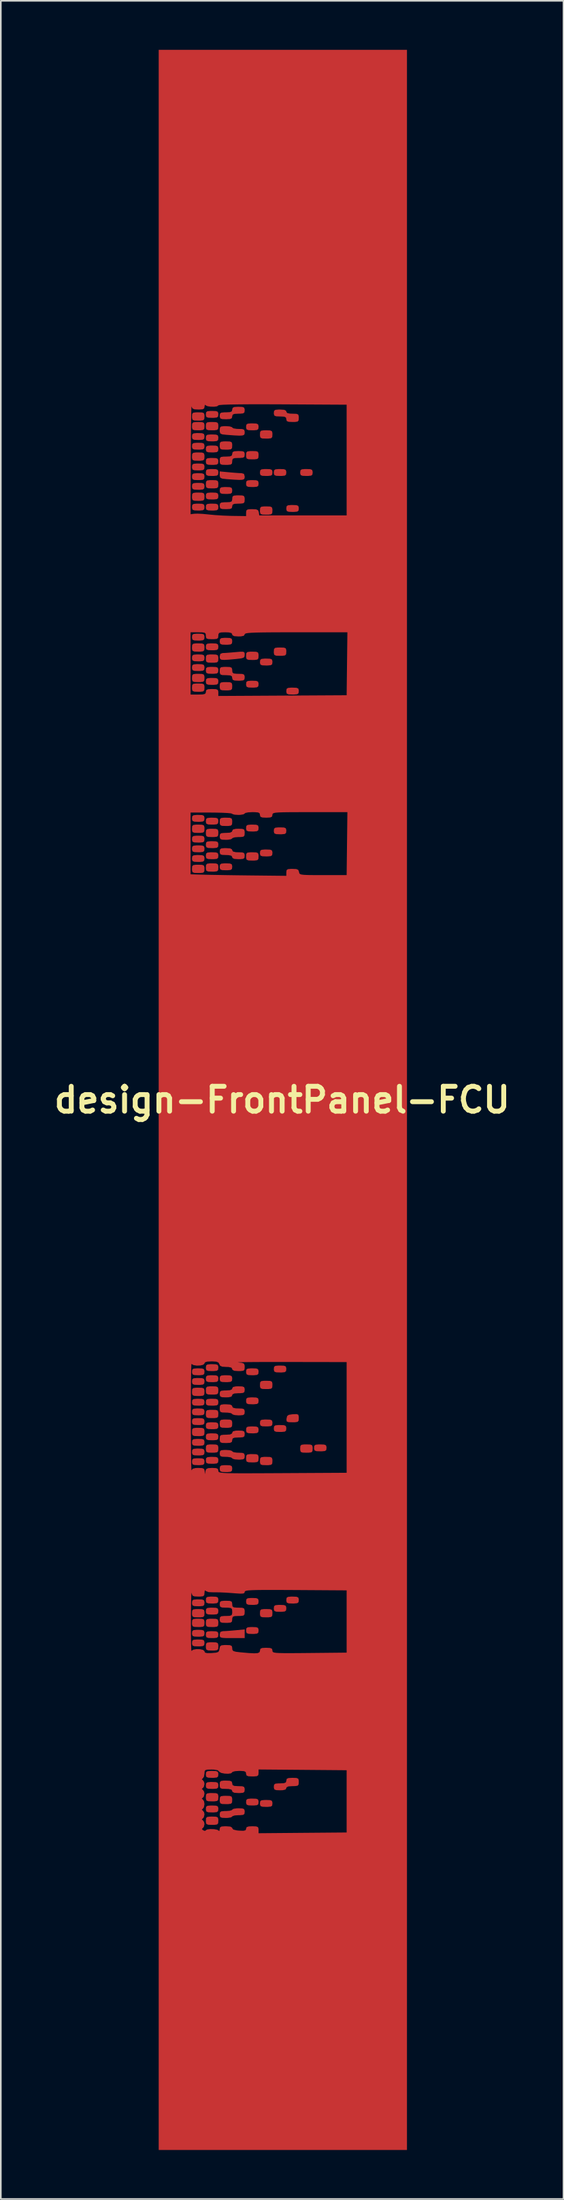
<source format=kicad_pcb>
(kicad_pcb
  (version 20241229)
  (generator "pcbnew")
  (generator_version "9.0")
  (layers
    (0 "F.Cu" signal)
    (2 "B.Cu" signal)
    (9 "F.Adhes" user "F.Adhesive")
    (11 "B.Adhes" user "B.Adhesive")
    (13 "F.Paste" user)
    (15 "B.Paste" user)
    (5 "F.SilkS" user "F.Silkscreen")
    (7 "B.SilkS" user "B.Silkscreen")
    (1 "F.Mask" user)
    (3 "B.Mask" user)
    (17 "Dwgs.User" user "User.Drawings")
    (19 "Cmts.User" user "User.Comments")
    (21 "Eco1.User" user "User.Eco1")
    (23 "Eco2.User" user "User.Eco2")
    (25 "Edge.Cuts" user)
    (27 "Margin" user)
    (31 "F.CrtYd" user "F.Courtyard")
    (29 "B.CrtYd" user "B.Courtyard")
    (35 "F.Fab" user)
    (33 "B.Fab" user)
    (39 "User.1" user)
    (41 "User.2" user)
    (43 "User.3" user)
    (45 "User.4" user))
  (footprint "design-FrontPanel-FCU"
    (layer "F.Cu")
    (at 14.231 64.262)
    (property "Reference" "design-FrontPanel-FCU" (at 0 0 0) (layer "F.SilkS") (effects (font (size 1.524 1.524) (thickness 0.3))))
    (attr board_only exclude_from_pos_files exclude_from_bom)
    (fp_poly (pts (xy -2.294 32.935) (xy -3.058 32.935) (xy -3.42 32.934) (xy -3.645 32.923) (xy -3.765 32.893) (xy -3.813 32.836) (xy -3.823 32.742) (xy -3.823 32.724) (xy -3.786 32.56) (xy -3.648 32.512) (xy -3.632 32.511) (xy -3.45 32.503) (xy -3.164 32.483) (xy -2.867 32.457) (xy -2.294 32.403)) (stroke (width 0) (type solid)) (fill yes) (layer "F.Cu"))
    (fp_poly (pts (xy -4.904 -42.072) (xy -4.793 -42.029) (xy -4.759 -41.921) (xy -4.757 -41.825) (xy -4.768 -41.669) (xy -4.832 -41.595) (xy -4.995 -41.573) (xy -5.139 -41.571) (xy -5.375 -41.579) (xy -5.486 -41.621) (xy -5.52 -41.73) (xy -5.522 -41.825) (xy -5.511 -41.982) (xy -5.447 -42.055) (xy -5.284 -42.078) (xy -5.139 -42.079)) (stroke (width 0) (type solid)) (fill yes) (layer "F.Cu"))
    (fp_poly (pts (xy -4.904 -41.479) (xy -4.793 -41.437) (xy -4.759 -41.328) (xy -4.757 -41.233) (xy -4.768 -41.076) (xy -4.832 -41.003) (xy -4.995 -40.98) (xy -5.139 -40.979) (xy -5.375 -40.986) (xy -5.486 -41.029) (xy -5.52 -41.137) (xy -5.522 -41.233) (xy -5.511 -41.389) (xy -5.447 -41.463) (xy -5.284 -41.485) (xy -5.139 -41.487)) (stroke (width 0) (type solid)) (fill yes) (layer "F.Cu"))
    (fp_poly (pts (xy -4.904 -39.617) (xy -4.793 -39.574) (xy -4.759 -39.466) (xy -4.757 -39.37) (xy -4.768 -39.214) (xy -4.832 -39.14) (xy -4.995 -39.117) (xy -5.139 -39.116) (xy -5.375 -39.123) (xy -5.486 -39.166) (xy -5.52 -39.274) (xy -5.522 -39.37) (xy -5.511 -39.526) (xy -5.447 -39.6) (xy -5.284 -39.623) (xy -5.139 -39.624)) (stroke (width 0) (type solid)) (fill yes) (layer "F.Cu"))
    (fp_poly (pts (xy -4.904 -37.161) (xy -4.793 -37.119) (xy -4.759 -37.01) (xy -4.757 -36.915) (xy -4.768 -36.758) (xy -4.832 -36.685) (xy -4.995 -36.662) (xy -5.139 -36.661) (xy -5.375 -36.668) (xy -5.486 -36.711) (xy -5.52 -36.819) (xy -5.522 -36.915) (xy -5.511 -37.071) (xy -5.447 -37.145) (xy -5.284 -37.167) (xy -5.139 -37.169)) (stroke (width 0) (type solid)) (fill yes) (layer "F.Cu"))
    (fp_poly (pts (xy -4.904 -27.933) (xy -4.793 -27.89) (xy -4.759 -27.782) (xy -4.757 -27.686) (xy -4.768 -27.53) (xy -4.832 -27.456) (xy -4.995 -27.433) (xy -5.139 -27.432) (xy -5.375 -27.439) (xy -5.486 -27.482) (xy -5.52 -27.59) (xy -5.522 -27.686) (xy -5.511 -27.842) (xy -5.447 -27.916) (xy -5.284 -27.939) (xy -5.139 -27.94)) (stroke (width 0) (type solid)) (fill yes) (layer "F.Cu"))
    (fp_poly (pts (xy -4.904 -26.07) (xy -4.793 -26.027) (xy -4.759 -25.919) (xy -4.757 -25.823) (xy -4.768 -25.667) (xy -4.832 -25.593) (xy -4.995 -25.571) (xy -5.139 -25.569) (xy -5.375 -25.577) (xy -5.486 -25.619) (xy -5.52 -25.728) (xy -5.522 -25.823) (xy -5.511 -25.98) (xy -5.447 -26.053) (xy -5.284 -26.076) (xy -5.139 -26.077)) (stroke (width 0) (type solid)) (fill yes) (layer "F.Cu"))
    (fp_poly (pts (xy -4.904 -25.477) (xy -4.793 -25.435) (xy -4.759 -25.326) (xy -4.757 -25.231) (xy -4.768 -25.074) (xy -4.832 -25.001) (xy -4.995 -24.978) (xy -5.139 -24.977) (xy -5.375 -24.984) (xy -5.486 -25.027) (xy -5.52 -25.135) (xy -5.522 -25.231) (xy -5.511 -25.387) (xy -5.447 -25.461) (xy -5.284 -25.483) (xy -5.139 -25.485)) (stroke (width 0) (type solid)) (fill yes) (layer "F.Cu"))
    (fp_poly (pts (xy -4.904 -16.841) (xy -4.793 -16.799) (xy -4.759 -16.69) (xy -4.757 -16.595) (xy -4.768 -16.438) (xy -4.832 -16.365) (xy -4.995 -16.342) (xy -5.139 -16.341) (xy -5.375 -16.348) (xy -5.486 -16.391) (xy -5.52 -16.499) (xy -5.522 -16.595) (xy -5.511 -16.751) (xy -5.447 -16.825) (xy -5.284 -16.847) (xy -5.139 -16.849)) (stroke (width 0) (type solid)) (fill yes) (layer "F.Cu"))
    (fp_poly (pts (xy -4.904 -14.386) (xy -4.793 -14.343) (xy -4.759 -14.235) (xy -4.757 -14.139) (xy -4.768 -13.983) (xy -4.832 -13.909) (xy -4.995 -13.887) (xy -5.139 -13.885) (xy -5.375 -13.893) (xy -5.486 -13.935) (xy -5.52 -14.044) (xy -5.522 -14.139) (xy -5.511 -14.296) (xy -5.447 -14.369) (xy -5.284 -14.392) (xy -5.139 -14.393)) (stroke (width 0) (type solid)) (fill yes) (layer "F.Cu"))
    (fp_poly (pts (xy -4.904 17.618) (xy -4.793 17.661) (xy -4.759 17.769) (xy -4.757 17.865) (xy -4.768 18.021) (xy -4.832 18.095) (xy -4.995 18.117) (xy -5.139 18.119) (xy -5.375 18.111) (xy -5.486 18.069) (xy -5.52 17.96) (xy -5.522 17.865) (xy -5.511 17.708) (xy -5.447 17.635) (xy -5.284 17.612) (xy -5.139 17.611)) (stroke (width 0) (type solid)) (fill yes) (layer "F.Cu"))
    (fp_poly (pts (xy -4.904 20.073) (xy -4.793 20.116) (xy -4.759 20.224) (xy -4.757 20.32) (xy -4.768 20.476) (xy -4.832 20.55) (xy -4.995 20.573) (xy -5.139 20.574) (xy -5.375 20.567) (xy -5.486 20.524) (xy -5.52 20.416) (xy -5.522 20.32) (xy -5.511 20.164) (xy -5.447 20.09) (xy -5.284 20.067) (xy -5.139 20.066)) (stroke (width 0) (type solid)) (fill yes) (layer "F.Cu"))
    (fp_poly (pts (xy -4.904 31.165) (xy -4.793 31.207) (xy -4.759 31.316) (xy -4.757 31.411) (xy -4.768 31.568) (xy -4.832 31.641) (xy -4.995 31.664) (xy -5.139 31.665) (xy -5.375 31.658) (xy -5.486 31.615) (xy -5.52 31.507) (xy -5.522 31.411) (xy -5.511 31.255) (xy -5.447 31.181) (xy -5.284 31.159) (xy -5.139 31.157)) (stroke (width 0) (type solid)) (fill yes) (layer "F.Cu"))
    (fp_poly (pts (xy -4.904 31.757) (xy -4.793 31.8) (xy -4.759 31.908) (xy -4.757 32.004) (xy -4.768 32.16) (xy -4.832 32.234) (xy -4.995 32.257) (xy -5.139 32.258) (xy -5.375 32.251) (xy -5.486 32.208) (xy -5.52 32.1) (xy -5.522 32.004) (xy -5.511 31.848) (xy -5.447 31.774) (xy -5.284 31.751) (xy -5.139 31.75)) (stroke (width 0) (type solid)) (fill yes) (layer "F.Cu"))
    (fp_poly (pts (xy -4.904 -40.801) (xy -4.792 -40.757) (xy -4.759 -40.655) (xy -4.757 -40.598) (xy -4.773 -40.467) (xy -4.851 -40.405) (xy -5.036 -40.387) (xy -5.139 -40.386) (xy -5.375 -40.395) (xy -5.487 -40.438) (xy -5.52 -40.541) (xy -5.522 -40.598) (xy -5.506 -40.728) (xy -5.428 -40.79) (xy -5.243 -40.809) (xy -5.139 -40.809)) (stroke (width 0) (type solid)) (fill yes) (layer "F.Cu"))
    (fp_poly (pts (xy -4.904 -40.208) (xy -4.792 -40.165) (xy -4.759 -40.062) (xy -4.757 -40.005) (xy -4.773 -39.874) (xy -4.851 -39.813) (xy -5.036 -39.794) (xy -5.139 -39.793) (xy -5.375 -39.802) (xy -5.487 -39.845) (xy -5.52 -39.948) (xy -5.522 -40.005) (xy -5.506 -40.136) (xy -5.428 -40.197) (xy -5.243 -40.216) (xy -5.139 -40.217)) (stroke (width 0) (type solid)) (fill yes) (layer "F.Cu"))
    (fp_poly (pts (xy -4.904 -38.938) (xy -4.792 -38.895) (xy -4.759 -38.792) (xy -4.757 -38.735) (xy -4.773 -38.604) (xy -4.851 -38.543) (xy -5.036 -38.524) (xy -5.139 -38.523) (xy -5.375 -38.532) (xy -5.487 -38.575) (xy -5.52 -38.678) (xy -5.522 -38.735) (xy -5.506 -38.866) (xy -5.428 -38.928) (xy -5.243 -38.946) (xy -5.139 -38.947)) (stroke (width 0) (type solid)) (fill yes) (layer "F.Cu"))
    (fp_poly (pts (xy -4.904 -38.345) (xy -4.792 -38.302) (xy -4.759 -38.199) (xy -4.757 -38.142) (xy -4.773 -38.012) (xy -4.851 -37.95) (xy -5.036 -37.931) (xy -5.139 -37.931) (xy -5.375 -37.939) (xy -5.487 -37.983) (xy -5.52 -38.085) (xy -5.522 -38.142) (xy -5.506 -38.273) (xy -5.428 -38.335) (xy -5.243 -38.353) (xy -5.139 -38.354)) (stroke (width 0) (type solid)) (fill yes) (layer "F.Cu"))
    (fp_poly (pts (xy -4.904 -37.753) (xy -4.792 -37.709) (xy -4.759 -37.607) (xy -4.757 -37.55) (xy -4.773 -37.419) (xy -4.851 -37.357) (xy -5.036 -37.339) (xy -5.139 -37.338) (xy -5.375 -37.347) (xy -5.487 -37.39) (xy -5.52 -37.493) (xy -5.522 -37.55) (xy -5.506 -37.68) (xy -5.428 -37.742) (xy -5.243 -37.761) (xy -5.139 -37.761)) (stroke (width 0) (type solid)) (fill yes) (layer "F.Cu"))
    (fp_poly (pts (xy -4.904 -36.483) (xy -4.792 -36.439) (xy -4.759 -36.337) (xy -4.757 -36.28) (xy -4.773 -36.149) (xy -4.851 -36.087) (xy -5.036 -36.069) (xy -5.139 -36.068) (xy -5.375 -36.077) (xy -5.487 -36.12) (xy -5.52 -36.223) (xy -5.522 -36.28) (xy -5.506 -36.41) (xy -5.428 -36.472) (xy -5.243 -36.491) (xy -5.139 -36.491)) (stroke (width 0) (type solid)) (fill yes) (layer "F.Cu"))
    (fp_poly (pts (xy -4.904 -28.524) (xy -4.792 -28.481) (xy -4.759 -28.378) (xy -4.757 -28.321) (xy -4.773 -28.19) (xy -4.851 -28.129) (xy -5.036 -28.11) (xy -5.139 -28.109) (xy -5.375 -28.118) (xy -5.487 -28.161) (xy -5.52 -28.264) (xy -5.522 -28.321) (xy -5.506 -28.452) (xy -5.428 -28.514) (xy -5.243 -28.532) (xy -5.139 -28.533)) (stroke (width 0) (type solid)) (fill yes) (layer "F.Cu"))
    (fp_poly (pts (xy -4.904 -27.254) (xy -4.792 -27.211) (xy -4.759 -27.108) (xy -4.757 -27.051) (xy -4.773 -26.92) (xy -4.851 -26.859) (xy -5.036 -26.84) (xy -5.139 -26.839) (xy -5.375 -26.848) (xy -5.487 -26.891) (xy -5.52 -26.994) (xy -5.522 -27.051) (xy -5.506 -27.182) (xy -5.428 -27.244) (xy -5.243 -27.262) (xy -5.139 -27.263)) (stroke (width 0) (type solid)) (fill yes) (layer "F.Cu"))
    (fp_poly (pts (xy -4.904 -26.661) (xy -4.792 -26.618) (xy -4.759 -26.515) (xy -4.757 -26.458) (xy -4.773 -26.328) (xy -4.851 -26.266) (xy -5.036 -26.247) (xy -5.139 -26.247) (xy -5.375 -26.255) (xy -5.487 -26.299) (xy -5.52 -26.401) (xy -5.522 -26.458) (xy -5.506 -26.589) (xy -5.428 -26.651) (xy -5.243 -26.669) (xy -5.139 -26.67)) (stroke (width 0) (type solid)) (fill yes) (layer "F.Cu"))
    (fp_poly (pts (xy -4.904 -17.433) (xy -4.792 -17.389) (xy -4.759 -17.287) (xy -4.757 -17.23) (xy -4.773 -17.099) (xy -4.851 -17.037) (xy -5.036 -17.019) (xy -5.139 -17.018) (xy -5.375 -17.027) (xy -5.487 -17.07) (xy -5.52 -17.173) (xy -5.522 -17.23) (xy -5.506 -17.36) (xy -5.428 -17.422) (xy -5.243 -17.441) (xy -5.139 -17.441)) (stroke (width 0) (type solid)) (fill yes) (layer "F.Cu"))
    (fp_poly (pts (xy -4.904 -16.163) (xy -4.792 -16.119) (xy -4.759 -16.017) (xy -4.757 -15.96) (xy -4.773 -15.829) (xy -4.851 -15.767) (xy -5.036 -15.749) (xy -5.139 -15.748) (xy -5.375 -15.757) (xy -5.487 -15.8) (xy -5.52 -15.903) (xy -5.522 -15.96) (xy -5.506 -16.09) (xy -5.428 -16.152) (xy -5.243 -16.171) (xy -5.139 -16.171)) (stroke (width 0) (type solid)) (fill yes) (layer "F.Cu"))
    (fp_poly (pts (xy -4.904 -15.57) (xy -4.792 -15.527) (xy -4.759 -15.424) (xy -4.757 -15.367) (xy -4.773 -15.236) (xy -4.851 -15.175) (xy -5.036 -15.156) (xy -5.139 -15.155) (xy -5.375 -15.164) (xy -5.487 -15.207) (xy -5.52 -15.31) (xy -5.522 -15.367) (xy -5.506 -15.498) (xy -5.428 -15.559) (xy -5.243 -15.578) (xy -5.139 -15.579)) (stroke (width 0) (type solid)) (fill yes) (layer "F.Cu"))
    (fp_poly (pts (xy -4.904 -14.977) (xy -4.792 -14.934) (xy -4.759 -14.831) (xy -4.757 -14.774) (xy -4.773 -14.644) (xy -4.851 -14.582) (xy -5.036 -14.563) (xy -5.139 -14.563) (xy -5.375 -14.571) (xy -5.487 -14.615) (xy -5.52 -14.717) (xy -5.522 -14.774) (xy -5.506 -14.905) (xy -5.428 -14.967) (xy -5.243 -14.985) (xy -5.139 -14.986)) (stroke (width 0) (type solid)) (fill yes) (layer "F.Cu"))
    (fp_poly (pts (xy -4.904 16.434) (xy -4.792 16.477) (xy -4.759 16.58) (xy -4.757 16.637) (xy -4.773 16.768) (xy -4.851 16.829) (xy -5.036 16.848) (xy -5.139 16.849) (xy -5.375 16.84) (xy -5.487 16.797) (xy -5.52 16.694) (xy -5.522 16.637) (xy -5.506 16.506) (xy -5.428 16.445) (xy -5.243 16.426) (xy -5.139 16.425)) (stroke (width 0) (type solid)) (fill yes) (layer "F.Cu"))
    (fp_poly (pts (xy -4.904 17.027) (xy -4.792 17.07) (xy -4.759 17.173) (xy -4.757 17.23) (xy -4.773 17.36) (xy -4.851 17.422) (xy -5.036 17.441) (xy -5.139 17.441) (xy -5.375 17.433) (xy -5.487 17.389) (xy -5.52 17.287) (xy -5.522 17.23) (xy -5.506 17.099) (xy -5.428 17.037) (xy -5.243 17.019) (xy -5.139 17.018)) (stroke (width 0) (type solid)) (fill yes) (layer "F.Cu"))
    (fp_poly (pts (xy -4.904 18.297) (xy -4.792 18.34) (xy -4.759 18.443) (xy -4.757 18.5) (xy -4.773 18.63) (xy -4.851 18.692) (xy -5.036 18.711) (xy -5.139 18.711) (xy -5.375 18.703) (xy -5.487 18.659) (xy -5.52 18.557) (xy -5.522 18.5) (xy -5.506 18.369) (xy -5.428 18.307) (xy -5.243 18.289) (xy -5.139 18.288)) (stroke (width 0) (type solid)) (fill yes) (layer "F.Cu"))
    (fp_poly (pts (xy -4.904 18.889) (xy -4.792 18.933) (xy -4.759 19.035) (xy -4.757 19.092) (xy -4.773 19.223) (xy -4.851 19.285) (xy -5.036 19.303) (xy -5.139 19.304) (xy -5.375 19.295) (xy -5.487 19.252) (xy -5.52 19.149) (xy -5.522 19.092) (xy -5.506 18.962) (xy -5.428 18.9) (xy -5.243 18.881) (xy -5.139 18.881)) (stroke (width 0) (type solid)) (fill yes) (layer "F.Cu"))
    (fp_poly (pts (xy -4.904 19.482) (xy -4.792 19.525) (xy -4.759 19.628) (xy -4.757 19.685) (xy -4.773 19.816) (xy -4.851 19.877) (xy -5.036 19.896) (xy -5.139 19.897) (xy -5.375 19.888) (xy -5.487 19.845) (xy -5.52 19.742) (xy -5.522 19.685) (xy -5.506 19.554) (xy -5.428 19.492) (xy -5.243 19.474) (xy -5.139 19.473)) (stroke (width 0) (type solid)) (fill yes) (layer "F.Cu"))
    (fp_poly (pts (xy -4.904 20.752) (xy -4.792 20.795) (xy -4.759 20.898) (xy -4.757 20.955) (xy -4.773 21.086) (xy -4.851 21.147) (xy -5.036 21.166) (xy -5.139 21.167) (xy -5.375 21.158) (xy -5.487 21.115) (xy -5.52 21.012) (xy -5.522 20.955) (xy -5.506 20.824) (xy -5.428 20.762) (xy -5.243 20.744) (xy -5.139 20.743)) (stroke (width 0) (type solid)) (fill yes) (layer "F.Cu"))
    (fp_poly (pts (xy -4.904 21.345) (xy -4.792 21.388) (xy -4.759 21.491) (xy -4.757 21.548) (xy -4.773 21.678) (xy -4.851 21.74) (xy -5.036 21.759) (xy -5.139 21.759) (xy -5.375 21.751) (xy -5.487 21.707) (xy -5.52 21.605) (xy -5.522 21.548) (xy -5.506 21.417) (xy -5.428 21.355) (xy -5.243 21.337) (xy -5.139 21.336)) (stroke (width 0) (type solid)) (fill yes) (layer "F.Cu"))
    (fp_poly (pts (xy -4.904 21.937) (xy -4.792 21.981) (xy -4.759 22.083) (xy -4.757 22.14) (xy -4.773 22.271) (xy -4.851 22.333) (xy -5.036 22.351) (xy -5.139 22.352) (xy -5.375 22.343) (xy -5.487 22.3) (xy -5.52 22.197) (xy -5.522 22.14) (xy -5.506 22.01) (xy -5.428 21.948) (xy -5.243 21.929) (xy -5.139 21.929)) (stroke (width 0) (type solid)) (fill yes) (layer "F.Cu"))
    (fp_poly (pts (xy -4.904 30.573) (xy -4.792 30.617) (xy -4.759 30.719) (xy -4.757 30.776) (xy -4.773 30.907) (xy -4.851 30.969) (xy -5.036 30.987) (xy -5.139 30.988) (xy -5.375 30.979) (xy -5.487 30.936) (xy -5.52 30.833) (xy -5.522 30.776) (xy -5.506 30.646) (xy -5.428 30.584) (xy -5.243 30.565) (xy -5.139 30.565)) (stroke (width 0) (type solid)) (fill yes) (layer "F.Cu"))
    (fp_poly (pts (xy -4.904 32.436) (xy -4.792 32.479) (xy -4.759 32.582) (xy -4.757 32.639) (xy -4.773 32.77) (xy -4.851 32.831) (xy -5.036 32.85) (xy -5.139 32.851) (xy -5.375 32.842) (xy -5.487 32.799) (xy -5.52 32.696) (xy -5.522 32.639) (xy -5.506 32.508) (xy -5.428 32.447) (xy -5.243 32.428) (xy -5.139 32.427)) (stroke (width 0) (type solid)) (fill yes) (layer "F.Cu"))
    (fp_poly (pts (xy -4.904 33.029) (xy -4.792 33.072) (xy -4.759 33.175) (xy -4.757 33.232) (xy -4.773 33.362) (xy -4.851 33.424) (xy -5.036 33.443) (xy -5.139 33.443) (xy -5.375 33.435) (xy -5.487 33.391) (xy -5.52 33.289) (xy -5.522 33.232) (xy -5.506 33.101) (xy -5.428 33.039) (xy -5.243 33.021) (xy -5.139 33.02)) (stroke (width 0) (type solid)) (fill yes) (layer "F.Cu"))
    (fp_poly (pts (xy -4.055 -41.479) (xy -3.944 -41.437) (xy -3.91 -41.328) (xy -3.908 -41.233) (xy -3.919 -41.076) (xy -3.983 -41.003) (xy -4.146 -40.98) (xy -4.29 -40.979) (xy -4.525 -40.986) (xy -4.636 -41.029) (xy -4.67 -41.137) (xy -4.672 -41.233) (xy -4.661 -41.389) (xy -4.597 -41.463) (xy -4.434 -41.485) (xy -4.29 -41.487)) (stroke (width 0) (type solid)) (fill yes) (layer "F.Cu"))
    (fp_poly (pts (xy -4.055 -37.923) (xy -3.944 -37.881) (xy -3.91 -37.772) (xy -3.908 -37.677) (xy -3.919 -37.52) (xy -3.983 -37.447) (xy -4.146 -37.424) (xy -4.29 -37.423) (xy -4.525 -37.43) (xy -4.636 -37.473) (xy -4.67 -37.581) (xy -4.672 -37.677) (xy -4.661 -37.833) (xy -4.597 -37.907) (xy -4.434 -37.929) (xy -4.29 -37.931)) (stroke (width 0) (type solid)) (fill yes) (layer "F.Cu"))
    (fp_poly (pts (xy -4.055 -27.255) (xy -3.944 -27.213) (xy -3.91 -27.104) (xy -3.908 -27.009) (xy -3.919 -26.852) (xy -3.983 -26.779) (xy -4.146 -26.756) (xy -4.29 -26.755) (xy -4.525 -26.762) (xy -4.636 -26.805) (xy -4.67 -26.913) (xy -4.672 -27.009) (xy -4.661 -27.165) (xy -4.597 -27.239) (xy -4.434 -27.261) (xy -4.29 -27.263)) (stroke (width 0) (type solid)) (fill yes) (layer "F.Cu"))
    (fp_poly (pts (xy -4.055 -16.587) (xy -3.944 -16.545) (xy -3.91 -16.436) (xy -3.908 -16.341) (xy -3.919 -16.184) (xy -3.983 -16.111) (xy -4.146 -16.088) (xy -4.29 -16.087) (xy -4.525 -16.094) (xy -4.636 -16.137) (xy -4.67 -16.245) (xy -4.672 -16.341) (xy -4.661 -16.497) (xy -4.597 -16.571) (xy -4.434 -16.593) (xy -4.29 -16.595)) (stroke (width 0) (type solid)) (fill yes) (layer "F.Cu"))
    (fp_poly (pts (xy -4.055 -14.471) (xy -3.944 -14.428) (xy -3.91 -14.32) (xy -3.908 -14.224) (xy -3.919 -14.068) (xy -3.983 -13.994) (xy -4.146 -13.971) (xy -4.29 -13.97) (xy -4.525 -13.977) (xy -4.636 -14.02) (xy -4.67 -14.128) (xy -4.672 -14.224) (xy -4.661 -14.38) (xy -4.597 -14.454) (xy -4.434 -14.477) (xy -4.29 -14.478)) (stroke (width 0) (type solid)) (fill yes) (layer "F.Cu"))
    (fp_poly (pts (xy -4.055 17.533) (xy -3.944 17.576) (xy -3.91 17.684) (xy -3.908 17.78) (xy -3.919 17.936) (xy -3.983 18.01) (xy -4.146 18.033) (xy -4.29 18.034) (xy -4.525 18.027) (xy -4.636 17.984) (xy -4.67 17.876) (xy -4.672 17.78) (xy -4.661 17.624) (xy -4.597 17.55) (xy -4.434 17.527) (xy -4.29 17.526)) (stroke (width 0) (type solid)) (fill yes) (layer "F.Cu"))
    (fp_poly (pts (xy -4.055 18.973) (xy -3.944 19.015) (xy -3.91 19.124) (xy -3.908 19.219) (xy -3.919 19.376) (xy -3.983 19.449) (xy -4.146 19.472) (xy -4.29 19.473) (xy -4.525 19.466) (xy -4.636 19.423) (xy -4.67 19.315) (xy -4.672 19.219) (xy -4.661 19.063) (xy -4.597 18.989) (xy -4.434 18.967) (xy -4.29 18.965)) (stroke (width 0) (type solid)) (fill yes) (layer "F.Cu"))
    (fp_poly (pts (xy -4.055 21.089) (xy -3.944 21.132) (xy -3.91 21.24) (xy -3.908 21.336) (xy -3.919 21.492) (xy -3.983 21.566) (xy -4.146 21.589) (xy -4.29 21.59) (xy -4.525 21.583) (xy -4.636 21.54) (xy -4.67 21.432) (xy -4.672 21.336) (xy -4.661 21.18) (xy -4.597 21.106) (xy -4.434 21.083) (xy -4.29 21.082)) (stroke (width 0) (type solid)) (fill yes) (layer "F.Cu"))
    (fp_poly (pts (xy -4.055 31.757) (xy -3.944 31.8) (xy -3.91 31.908) (xy -3.908 32.004) (xy -3.919 32.16) (xy -3.983 32.234) (xy -4.146 32.257) (xy -4.29 32.258) (xy -4.525 32.251) (xy -4.636 32.208) (xy -4.67 32.1) (xy -4.672 32.004) (xy -4.661 31.848) (xy -4.597 31.774) (xy -4.434 31.751) (xy -4.29 31.75)) (stroke (width 0) (type solid)) (fill yes) (layer "F.Cu"))
    (fp_poly (pts (xy -4.055 33.197) (xy -3.944 33.239) (xy -3.91 33.348) (xy -3.908 33.443) (xy -3.919 33.6) (xy -3.983 33.673) (xy -4.146 33.696) (xy -4.29 33.697) (xy -4.525 33.69) (xy -4.636 33.647) (xy -4.67 33.539) (xy -4.672 33.443) (xy -4.661 33.287) (xy -4.597 33.213) (xy -4.434 33.191) (xy -4.29 33.189)) (stroke (width 0) (type solid)) (fill yes) (layer "F.Cu"))
    (fp_poly (pts (xy -4.055 42.425) (xy -3.944 42.468) (xy -3.91 42.576) (xy -3.908 42.672) (xy -3.919 42.828) (xy -3.983 42.902) (xy -4.146 42.925) (xy -4.29 42.926) (xy -4.525 42.919) (xy -4.636 42.876) (xy -4.67 42.768) (xy -4.672 42.672) (xy -4.661 42.516) (xy -4.597 42.442) (xy -4.434 42.419) (xy -4.29 42.418)) (stroke (width 0) (type solid)) (fill yes) (layer "F.Cu"))
    (fp_poly (pts (xy -4.055 43.865) (xy -3.944 43.907) (xy -3.91 44.016) (xy -3.908 44.111) (xy -3.919 44.268) (xy -3.983 44.341) (xy -4.146 44.364) (xy -4.29 44.365) (xy -4.525 44.358) (xy -4.636 44.315) (xy -4.67 44.207) (xy -4.672 44.111) (xy -4.661 43.955) (xy -4.597 43.881) (xy -4.434 43.859) (xy -4.29 43.857)) (stroke (width 0) (type solid)) (fill yes) (layer "F.Cu"))
    (fp_poly (pts (xy -4.054 -42.155) (xy -3.942 -42.112) (xy -3.909 -42.009) (xy -3.908 -41.952) (xy -3.924 -41.822) (xy -4.001 -41.76) (xy -4.187 -41.741) (xy -4.29 -41.741) (xy -4.526 -41.749) (xy -4.638 -41.793) (xy -4.671 -41.895) (xy -4.672 -41.952) (xy -4.656 -42.083) (xy -4.579 -42.145) (xy -4.393 -42.163) (xy -4.29 -42.164)) (stroke (width 0) (type solid)) (fill yes) (layer "F.Cu"))
    (fp_poly (pts (xy -4.054 -40.716) (xy -3.942 -40.673) (xy -3.909 -40.57) (xy -3.908 -40.513) (xy -3.924 -40.382) (xy -4.001 -40.321) (xy -4.187 -40.302) (xy -4.29 -40.301) (xy -4.526 -40.31) (xy -4.638 -40.353) (xy -4.671 -40.456) (xy -4.672 -40.513) (xy -4.656 -40.644) (xy -4.579 -40.706) (xy -4.393 -40.724) (xy -4.29 -40.725)) (stroke (width 0) (type solid)) (fill yes) (layer "F.Cu"))
    (fp_poly (pts (xy -4.054 -40.039) (xy -3.942 -39.995) (xy -3.909 -39.893) (xy -3.908 -39.836) (xy -3.924 -39.705) (xy -4.001 -39.643) (xy -4.187 -39.625) (xy -4.29 -39.624) (xy -4.526 -39.633) (xy -4.638 -39.676) (xy -4.671 -39.779) (xy -4.672 -39.836) (xy -4.656 -39.966) (xy -4.579 -40.028) (xy -4.393 -40.047) (xy -4.29 -40.047)) (stroke (width 0) (type solid)) (fill yes) (layer "F.Cu"))
    (fp_poly (pts (xy -4.054 -39.277) (xy -3.942 -39.233) (xy -3.909 -39.131) (xy -3.908 -39.074) (xy -3.924 -38.943) (xy -4.001 -38.881) (xy -4.187 -38.863) (xy -4.29 -38.862) (xy -4.526 -38.871) (xy -4.638 -38.914) (xy -4.671 -39.017) (xy -4.672 -39.074) (xy -4.656 -39.204) (xy -4.579 -39.266) (xy -4.393 -39.285) (xy -4.29 -39.285)) (stroke (width 0) (type solid)) (fill yes) (layer "F.Cu"))
    (fp_poly (pts (xy -4.054 -38.599) (xy -3.942 -38.556) (xy -3.909 -38.453) (xy -3.908 -38.396) (xy -3.924 -38.266) (xy -4.001 -38.204) (xy -4.187 -38.185) (xy -4.29 -38.185) (xy -4.526 -38.193) (xy -4.638 -38.237) (xy -4.671 -38.339) (xy -4.672 -38.396) (xy -4.656 -38.527) (xy -4.579 -38.589) (xy -4.393 -38.607) (xy -4.29 -38.608)) (stroke (width 0) (type solid)) (fill yes) (layer "F.Cu"))
    (fp_poly (pts (xy -4.054 -37.16) (xy -3.942 -37.117) (xy -3.909 -37.014) (xy -3.908 -36.957) (xy -3.924 -36.826) (xy -4.001 -36.765) (xy -4.187 -36.746) (xy -4.29 -36.745) (xy -4.526 -36.754) (xy -4.638 -36.797) (xy -4.671 -36.9) (xy -4.672 -36.957) (xy -4.656 -37.088) (xy -4.579 -37.15) (xy -4.393 -37.168) (xy -4.29 -37.169)) (stroke (width 0) (type solid)) (fill yes) (layer "F.Cu"))
    (fp_poly (pts (xy -4.054 -36.483) (xy -3.942 -36.439) (xy -3.909 -36.337) (xy -3.908 -36.28) (xy -3.924 -36.149) (xy -4.001 -36.087) (xy -4.187 -36.069) (xy -4.29 -36.068) (xy -4.526 -36.077) (xy -4.638 -36.12) (xy -4.671 -36.223) (xy -4.672 -36.28) (xy -4.656 -36.41) (xy -4.579 -36.472) (xy -4.393 -36.491) (xy -4.29 -36.491)) (stroke (width 0) (type solid)) (fill yes) (layer "F.Cu"))
    (fp_poly (pts (xy -4.054 -27.931) (xy -3.942 -27.888) (xy -3.909 -27.785) (xy -3.908 -27.728) (xy -3.924 -27.598) (xy -4.001 -27.536) (xy -4.187 -27.517) (xy -4.29 -27.517) (xy -4.526 -27.525) (xy -4.638 -27.569) (xy -4.671 -27.671) (xy -4.672 -27.728) (xy -4.656 -27.859) (xy -4.579 -27.921) (xy -4.393 -27.939) (xy -4.29 -27.94)) (stroke (width 0) (type solid)) (fill yes) (layer "F.Cu"))
    (fp_poly (pts (xy -4.054 -26.492) (xy -3.942 -26.449) (xy -3.909 -26.346) (xy -3.908 -26.289) (xy -3.924 -26.158) (xy -4.001 -26.097) (xy -4.187 -26.078) (xy -4.29 -26.077) (xy -4.526 -26.086) (xy -4.638 -26.129) (xy -4.671 -26.232) (xy -4.672 -26.289) (xy -4.656 -26.42) (xy -4.579 -26.482) (xy -4.393 -26.5) (xy -4.29 -26.501)) (stroke (width 0) (type solid)) (fill yes) (layer "F.Cu"))
    (fp_poly (pts (xy -4.054 -25.815) (xy -3.942 -25.771) (xy -3.909 -25.669) (xy -3.908 -25.612) (xy -3.924 -25.481) (xy -4.001 -25.419) (xy -4.187 -25.401) (xy -4.29 -25.4) (xy -4.526 -25.409) (xy -4.638 -25.452) (xy -4.671 -25.555) (xy -4.672 -25.612) (xy -4.656 -25.742) (xy -4.579 -25.804) (xy -4.393 -25.823) (xy -4.29 -25.823)) (stroke (width 0) (type solid)) (fill yes) (layer "F.Cu"))
    (fp_poly (pts (xy -4.054 -17.263) (xy -3.942 -17.22) (xy -3.909 -17.117) (xy -3.908 -17.06) (xy -3.924 -16.93) (xy -4.001 -16.868) (xy -4.187 -16.849) (xy -4.29 -16.849) (xy -4.526 -16.857) (xy -4.638 -16.901) (xy -4.671 -17.003) (xy -4.672 -17.06) (xy -4.656 -17.191) (xy -4.579 -17.253) (xy -4.393 -17.271) (xy -4.29 -17.272)) (stroke (width 0) (type solid)) (fill yes) (layer "F.Cu"))
    (fp_poly (pts (xy -4.054 -15.824) (xy -3.942 -15.781) (xy -3.909 -15.678) (xy -3.908 -15.621) (xy -3.924 -15.49) (xy -4.001 -15.429) (xy -4.187 -15.41) (xy -4.29 -15.409) (xy -4.526 -15.418) (xy -4.638 -15.461) (xy -4.671 -15.564) (xy -4.672 -15.621) (xy -4.656 -15.752) (xy -4.579 -15.813) (xy -4.393 -15.832) (xy -4.29 -15.833)) (stroke (width 0) (type solid)) (fill yes) (layer "F.Cu"))
    (fp_poly (pts (xy -4.054 -15.147) (xy -3.942 -15.103) (xy -3.909 -15.001) (xy -3.908 -14.944) (xy -3.924 -14.813) (xy -4.001 -14.751) (xy -4.187 -14.733) (xy -4.29 -14.732) (xy -4.526 -14.741) (xy -4.638 -14.784) (xy -4.671 -14.887) (xy -4.672 -14.944) (xy -4.656 -15.074) (xy -4.579 -15.136) (xy -4.393 -15.155) (xy -4.29 -15.155)) (stroke (width 0) (type solid)) (fill yes) (layer "F.Cu"))
    (fp_poly (pts (xy -4.054 16.18) (xy -3.942 16.223) (xy -3.909 16.326) (xy -3.908 16.383) (xy -3.924 16.514) (xy -4.001 16.575) (xy -4.187 16.594) (xy -4.29 16.595) (xy -4.526 16.586) (xy -4.638 16.543) (xy -4.671 16.44) (xy -4.672 16.383) (xy -4.656 16.252) (xy -4.579 16.191) (xy -4.393 16.172) (xy -4.29 16.171)) (stroke (width 0) (type solid)) (fill yes) (layer "F.Cu"))
    (fp_poly (pts (xy -4.054 16.857) (xy -3.942 16.901) (xy -3.909 17.003) (xy -3.908 17.06) (xy -3.924 17.191) (xy -4.001 17.253) (xy -4.187 17.271) (xy -4.29 17.272) (xy -4.526 17.263) (xy -4.638 17.22) (xy -4.671 17.117) (xy -4.672 17.06) (xy -4.656 16.93) (xy -4.579 16.868) (xy -4.393 16.849) (xy -4.29 16.849)) (stroke (width 0) (type solid)) (fill yes) (layer "F.Cu"))
    (fp_poly (pts (xy -4.054 18.297) (xy -3.942 18.34) (xy -3.909 18.443) (xy -3.908 18.5) (xy -3.924 18.63) (xy -4.001 18.692) (xy -4.187 18.711) (xy -4.29 18.711) (xy -4.526 18.703) (xy -4.638 18.659) (xy -4.671 18.557) (xy -4.672 18.5) (xy -4.656 18.369) (xy -4.579 18.307) (xy -4.393 18.289) (xy -4.29 18.288)) (stroke (width 0) (type solid)) (fill yes) (layer "F.Cu"))
    (fp_poly (pts (xy -4.054 19.736) (xy -3.942 19.779) (xy -3.909 19.882) (xy -3.908 19.939) (xy -3.924 20.07) (xy -4.001 20.131) (xy -4.187 20.15) (xy -4.29 20.151) (xy -4.526 20.142) (xy -4.638 20.099) (xy -4.671 19.996) (xy -4.672 19.939) (xy -4.656 19.808) (xy -4.579 19.747) (xy -4.393 19.728) (xy -4.29 19.727)) (stroke (width 0) (type solid)) (fill yes) (layer "F.Cu"))
    (fp_poly (pts (xy -4.054 20.413) (xy -3.942 20.457) (xy -3.909 20.559) (xy -3.908 20.616) (xy -3.924 20.747) (xy -4.001 20.809) (xy -4.187 20.827) (xy -4.29 20.828) (xy -4.526 20.819) (xy -4.638 20.776) (xy -4.671 20.673) (xy -4.672 20.616) (xy -4.656 20.486) (xy -4.579 20.424) (xy -4.393 20.405) (xy -4.29 20.405)) (stroke (width 0) (type solid)) (fill yes) (layer "F.Cu"))
    (fp_poly (pts (xy -4.054 21.853) (xy -3.942 21.896) (xy -3.909 21.999) (xy -3.908 22.056) (xy -3.924 22.186) (xy -4.001 22.248) (xy -4.187 22.267) (xy -4.29 22.267) (xy -4.526 22.259) (xy -4.638 22.215) (xy -4.671 22.113) (xy -4.672 22.056) (xy -4.656 21.925) (xy -4.579 21.863) (xy -4.393 21.845) (xy -4.29 21.844)) (stroke (width 0) (type solid)) (fill yes) (layer "F.Cu"))
    (fp_poly (pts (xy -4.054 30.404) (xy -3.942 30.447) (xy -3.909 30.55) (xy -3.908 30.607) (xy -3.924 30.738) (xy -4.001 30.799) (xy -4.187 30.818) (xy -4.29 30.819) (xy -4.526 30.81) (xy -4.638 30.767) (xy -4.671 30.664) (xy -4.672 30.607) (xy -4.656 30.476) (xy -4.579 30.415) (xy -4.393 30.396) (xy -4.29 30.395)) (stroke (width 0) (type solid)) (fill yes) (layer "F.Cu"))
    (fp_poly (pts (xy -4.054 31.081) (xy -3.942 31.125) (xy -3.909 31.227) (xy -3.908 31.284) (xy -3.924 31.415) (xy -4.001 31.477) (xy -4.187 31.495) (xy -4.29 31.496) (xy -4.526 31.487) (xy -4.638 31.444) (xy -4.671 31.341) (xy -4.672 31.284) (xy -4.656 31.154) (xy -4.579 31.092) (xy -4.393 31.073) (xy -4.29 31.073)) (stroke (width 0) (type solid)) (fill yes) (layer "F.Cu"))
    (fp_poly (pts (xy -4.054 32.521) (xy -3.942 32.564) (xy -3.909 32.667) (xy -3.908 32.724) (xy -3.924 32.854) (xy -4.001 32.916) (xy -4.187 32.935) (xy -4.29 32.935) (xy -4.526 32.927) (xy -4.638 32.883) (xy -4.671 32.781) (xy -4.672 32.724) (xy -4.656 32.593) (xy -4.579 32.531) (xy -4.393 32.513) (xy -4.29 32.512)) (stroke (width 0) (type solid)) (fill yes) (layer "F.Cu"))
    (fp_poly (pts (xy -4.054 41.072) (xy -3.942 41.115) (xy -3.909 41.218) (xy -3.908 41.275) (xy -3.924 41.406) (xy -4.001 41.467) (xy -4.187 41.486) (xy -4.29 41.487) (xy -4.526 41.478) (xy -4.638 41.435) (xy -4.671 41.332) (xy -4.672 41.275) (xy -4.656 41.144) (xy -4.579 41.083) (xy -4.393 41.064) (xy -4.29 41.063)) (stroke (width 0) (type solid)) (fill yes) (layer "F.Cu"))
    (fp_poly (pts (xy -4.054 41.749) (xy -3.942 41.793) (xy -3.909 41.895) (xy -3.908 41.952) (xy -3.924 42.083) (xy -4.001 42.145) (xy -4.187 42.163) (xy -4.29 42.164) (xy -4.526 42.155) (xy -4.638 42.112) (xy -4.671 42.009) (xy -4.672 41.952) (xy -4.656 41.822) (xy -4.579 41.76) (xy -4.393 41.741) (xy -4.29 41.741)) (stroke (width 0) (type solid)) (fill yes) (layer "F.Cu"))
    (fp_poly (pts (xy -4.054 43.189) (xy -3.942 43.232) (xy -3.909 43.335) (xy -3.908 43.392) (xy -3.924 43.522) (xy -4.001 43.584) (xy -4.187 43.603) (xy -4.29 43.603) (xy -4.526 43.595) (xy -4.638 43.551) (xy -4.671 43.449) (xy -4.672 43.392) (xy -4.656 43.261) (xy -4.579 43.199) (xy -4.393 43.181) (xy -4.29 43.18)) (stroke (width 0) (type solid)) (fill yes) (layer "F.Cu"))
    (fp_poly (pts (xy -3.205 -40.294) (xy -3.094 -40.251) (xy -3.06 -40.143) (xy -3.058 -40.047) (xy -3.069 -39.891) (xy -3.133 -39.817) (xy -3.296 -39.795) (xy -3.44 -39.793) (xy -3.676 -39.801) (xy -3.787 -39.843) (xy -3.821 -39.952) (xy -3.823 -40.047) (xy -3.812 -40.204) (xy -3.748 -40.277) (xy -3.585 -40.3) (xy -3.44 -40.301)) (stroke (width 0) (type solid)) (fill yes) (layer "F.Cu"))
    (fp_poly (pts (xy -3.205 -25.562) (xy -3.094 -25.519) (xy -3.06 -25.411) (xy -3.058 -25.315) (xy -3.069 -25.159) (xy -3.133 -25.085) (xy -3.296 -25.063) (xy -3.44 -25.061) (xy -3.676 -25.069) (xy -3.787 -25.111) (xy -3.821 -25.22) (xy -3.823 -25.315) (xy -3.812 -25.472) (xy -3.748 -25.545) (xy -3.585 -25.568) (xy -3.44 -25.569)) (stroke (width 0) (type solid)) (fill yes) (layer "F.Cu"))
    (fp_poly (pts (xy -3.205 -17.265) (xy -3.094 -17.222) (xy -3.06 -17.114) (xy -3.058 -17.018) (xy -3.069 -16.862) (xy -3.133 -16.788) (xy -3.296 -16.765) (xy -3.44 -16.764) (xy -3.676 -16.771) (xy -3.787 -16.814) (xy -3.821 -16.922) (xy -3.823 -17.018) (xy -3.812 -17.174) (xy -3.748 -17.248) (xy -3.585 -17.271) (xy -3.44 -17.272)) (stroke (width 0) (type solid)) (fill yes) (layer "F.Cu"))
    (fp_poly (pts (xy -3.205 19.565) (xy -3.094 19.608) (xy -3.06 19.716) (xy -3.058 19.812) (xy -3.069 19.968) (xy -3.133 20.042) (xy -3.296 20.065) (xy -3.44 20.066) (xy -3.676 20.059) (xy -3.787 20.016) (xy -3.821 19.908) (xy -3.823 19.812) (xy -3.812 19.656) (xy -3.748 19.582) (xy -3.585 19.559) (xy -3.44 19.558)) (stroke (width 0) (type solid)) (fill yes) (layer "F.Cu"))
    (fp_poly (pts (xy -3.205 42.595) (xy -3.094 42.637) (xy -3.06 42.746) (xy -3.058 42.841) (xy -3.069 42.998) (xy -3.133 43.071) (xy -3.296 43.094) (xy -3.44 43.095) (xy -3.676 43.088) (xy -3.787 43.045) (xy -3.821 42.937) (xy -3.823 42.841) (xy -3.812 42.685) (xy -3.748 42.611) (xy -3.585 42.589) (xy -3.44 42.587)) (stroke (width 0) (type solid)) (fill yes) (layer "F.Cu"))
    (fp_poly (pts (xy -3.205 -37.499) (xy -3.093 -37.455) (xy -3.06 -37.353) (xy -3.058 -37.296) (xy -3.074 -37.165) (xy -3.152 -37.103) (xy -3.337 -37.085) (xy -3.44 -37.084) (xy -3.676 -37.093) (xy -3.788 -37.136) (xy -3.821 -37.239) (xy -3.823 -37.296) (xy -3.807 -37.426) (xy -3.729 -37.488) (xy -3.544 -37.507) (xy -3.44 -37.507)) (stroke (width 0) (type solid)) (fill yes) (layer "F.Cu"))
    (fp_poly (pts (xy -3.205 -28.27) (xy -3.093 -28.227) (xy -3.06 -28.124) (xy -3.058 -28.067) (xy -3.074 -27.936) (xy -3.152 -27.875) (xy -3.337 -27.856) (xy -3.44 -27.855) (xy -3.676 -27.864) (xy -3.788 -27.907) (xy -3.821 -28.01) (xy -3.823 -28.067) (xy -3.807 -28.198) (xy -3.729 -28.259) (xy -3.544 -28.278) (xy -3.44 -28.279)) (stroke (width 0) (type solid)) (fill yes) (layer "F.Cu"))
    (fp_poly (pts (xy -3.205 -14.469) (xy -3.093 -14.426) (xy -3.06 -14.323) (xy -3.058 -14.266) (xy -3.074 -14.136) (xy -3.152 -14.074) (xy -3.337 -14.055) (xy -3.44 -14.055) (xy -3.676 -14.063) (xy -3.788 -14.107) (xy -3.821 -14.209) (xy -3.823 -14.266) (xy -3.807 -14.397) (xy -3.729 -14.459) (xy -3.544 -14.477) (xy -3.44 -14.478)) (stroke (width 0) (type solid)) (fill yes) (layer "F.Cu"))
    (fp_poly (pts (xy -3.205 16.857) (xy -3.093 16.901) (xy -3.06 17.003) (xy -3.058 17.06) (xy -3.074 17.191) (xy -3.152 17.253) (xy -3.337 17.271) (xy -3.44 17.272) (xy -3.676 17.263) (xy -3.788 17.22) (xy -3.821 17.117) (xy -3.823 17.06) (xy -3.807 16.93) (xy -3.729 16.868) (xy -3.544 16.849) (xy -3.44 16.849)) (stroke (width 0) (type solid)) (fill yes) (layer "F.Cu"))
    (fp_poly (pts (xy -3.205 22.361) (xy -3.093 22.404) (xy -3.06 22.507) (xy -3.058 22.564) (xy -3.074 22.694) (xy -3.152 22.756) (xy -3.337 22.775) (xy -3.44 22.775) (xy -3.676 22.767) (xy -3.788 22.723) (xy -3.821 22.621) (xy -3.823 22.564) (xy -3.807 22.433) (xy -3.729 22.371) (xy -3.544 22.353) (xy -3.44 22.352)) (stroke (width 0) (type solid)) (fill yes) (layer "F.Cu"))
    (fp_poly (pts (xy -1.591 -39.701) (xy -1.48 -39.659) (xy -1.446 -39.55) (xy -1.444 -39.455) (xy -1.455 -39.298) (xy -1.519 -39.225) (xy -1.682 -39.202) (xy -1.826 -39.201) (xy -2.061 -39.208) (xy -2.173 -39.251) (xy -2.207 -39.359) (xy -2.209 -39.455) (xy -2.198 -39.611) (xy -2.134 -39.685) (xy -1.971 -39.707) (xy -1.826 -39.709)) (stroke (width 0) (type solid)) (fill yes) (layer "F.Cu"))
    (fp_poly (pts (xy -1.591 -27.425) (xy -1.48 -27.382) (xy -1.446 -27.274) (xy -1.444 -27.178) (xy -1.455 -27.022) (xy -1.519 -26.948) (xy -1.682 -26.925) (xy -1.826 -26.924) (xy -2.061 -26.931) (xy -2.173 -26.974) (xy -2.207 -27.082) (xy -2.209 -27.178) (xy -2.198 -27.334) (xy -2.134 -27.408) (xy -1.971 -27.431) (xy -1.826 -27.432)) (stroke (width 0) (type solid)) (fill yes) (layer "F.Cu"))
    (fp_poly (pts (xy -1.591 -15.148) (xy -1.48 -15.105) (xy -1.446 -14.997) (xy -1.444 -14.901) (xy -1.455 -14.745) (xy -1.519 -14.671) (xy -1.682 -14.649) (xy -1.826 -14.647) (xy -2.061 -14.655) (xy -2.173 -14.697) (xy -2.207 -14.806) (xy -2.209 -14.901) (xy -2.198 -15.058) (xy -2.134 -15.131) (xy -1.971 -15.154) (xy -1.826 -15.155)) (stroke (width 0) (type solid)) (fill yes) (layer "F.Cu"))
    (fp_poly (pts (xy -1.591 21.682) (xy -1.48 21.725) (xy -1.446 21.833) (xy -1.444 21.929) (xy -1.455 22.085) (xy -1.519 22.159) (xy -1.682 22.181) (xy -1.826 22.183) (xy -2.061 22.175) (xy -2.173 22.133) (xy -2.207 22.024) (xy -2.209 21.929) (xy -2.198 21.772) (xy -2.134 21.699) (xy -1.971 21.676) (xy -1.826 21.675)) (stroke (width 0) (type solid)) (fill yes) (layer "F.Cu"))
    (fp_poly (pts (xy -1.591 -41.393) (xy -1.479 -41.35) (xy -1.446 -41.247) (xy -1.444 -41.19) (xy -1.46 -41.06) (xy -1.538 -40.998) (xy -1.723 -40.979) (xy -1.826 -40.979) (xy -2.062 -40.987) (xy -2.174 -41.031) (xy -2.207 -41.133) (xy -2.209 -41.19) (xy -2.193 -41.321) (xy -2.115 -41.383) (xy -1.93 -41.401) (xy -1.826 -41.402)) (stroke (width 0) (type solid)) (fill yes) (layer "F.Cu"))
    (fp_poly (pts (xy -1.591 -37.922) (xy -1.479 -37.879) (xy -1.446 -37.776) (xy -1.444 -37.719) (xy -1.46 -37.588) (xy -1.538 -37.527) (xy -1.723 -37.508) (xy -1.826 -37.507) (xy -2.062 -37.516) (xy -2.174 -37.559) (xy -2.207 -37.662) (xy -2.209 -37.719) (xy -2.193 -37.85) (xy -2.115 -37.911) (xy -1.93 -37.93) (xy -1.826 -37.931)) (stroke (width 0) (type solid)) (fill yes) (layer "F.Cu"))
    (fp_poly (pts (xy -1.591 -25.645) (xy -1.479 -25.602) (xy -1.446 -25.499) (xy -1.444 -25.442) (xy -1.46 -25.312) (xy -1.538 -25.25) (xy -1.723 -25.231) (xy -1.826 -25.231) (xy -2.062 -25.239) (xy -2.174 -25.283) (xy -2.207 -25.385) (xy -2.209 -25.442) (xy -2.193 -25.573) (xy -2.115 -25.635) (xy -1.93 -25.653) (xy -1.826 -25.654)) (stroke (width 0) (type solid)) (fill yes) (layer "F.Cu"))
    (fp_poly (pts (xy -1.591 -16.84) (xy -1.479 -16.797) (xy -1.446 -16.694) (xy -1.444 -16.637) (xy -1.46 -16.506) (xy -1.538 -16.445) (xy -1.723 -16.426) (xy -1.826 -16.425) (xy -2.062 -16.434) (xy -2.174 -16.477) (xy -2.207 -16.58) (xy -2.209 -16.637) (xy -2.193 -16.768) (xy -2.115 -16.829) (xy -1.93 -16.848) (xy -1.826 -16.849)) (stroke (width 0) (type solid)) (fill yes) (layer "F.Cu"))
    (fp_poly (pts (xy -1.591 16.434) (xy -1.479 16.477) (xy -1.446 16.58) (xy -1.444 16.637) (xy -1.46 16.768) (xy -1.538 16.829) (xy -1.723 16.848) (xy -1.826 16.849) (xy -2.062 16.84) (xy -2.174 16.797) (xy -2.207 16.694) (xy -2.209 16.637) (xy -2.193 16.506) (xy -2.115 16.445) (xy -1.93 16.426) (xy -1.826 16.425)) (stroke (width 0) (type solid)) (fill yes) (layer "F.Cu"))
    (fp_poly (pts (xy -1.591 18.212) (xy -1.479 18.255) (xy -1.446 18.358) (xy -1.444 18.415) (xy -1.46 18.546) (xy -1.538 18.607) (xy -1.723 18.626) (xy -1.826 18.627) (xy -2.062 18.618) (xy -2.174 18.575) (xy -2.207 18.472) (xy -2.209 18.415) (xy -2.193 18.284) (xy -2.115 18.223) (xy -1.93 18.204) (xy -1.826 18.203)) (stroke (width 0) (type solid)) (fill yes) (layer "F.Cu"))
    (fp_poly (pts (xy -1.591 19.99) (xy -1.479 20.033) (xy -1.446 20.136) (xy -1.444 20.193) (xy -1.46 20.324) (xy -1.538 20.385) (xy -1.723 20.404) (xy -1.826 20.405) (xy -2.062 20.396) (xy -2.174 20.353) (xy -2.207 20.25) (xy -2.209 20.193) (xy -2.193 20.062) (xy -2.115 20) (xy -1.93 19.982) (xy -1.826 19.981)) (stroke (width 0) (type solid)) (fill yes) (layer "F.Cu"))
    (fp_poly (pts (xy -1.591 30.489) (xy -1.479 30.532) (xy -1.446 30.635) (xy -1.444 30.692) (xy -1.46 30.822) (xy -1.538 30.884) (xy -1.723 30.903) (xy -1.826 30.903) (xy -2.062 30.895) (xy -2.174 30.851) (xy -2.207 30.749) (xy -2.209 30.692) (xy -2.193 30.561) (xy -2.115 30.499) (xy -1.93 30.481) (xy -1.826 30.48)) (stroke (width 0) (type solid)) (fill yes) (layer "F.Cu"))
    (fp_poly (pts (xy -1.591 32.267) (xy -1.479 32.31) (xy -1.446 32.413) (xy -1.444 32.47) (xy -1.46 32.6) (xy -1.538 32.662) (xy -1.723 32.681) (xy -1.826 32.681) (xy -2.062 32.673) (xy -2.174 32.629) (xy -2.207 32.527) (xy -2.209 32.47) (xy -2.193 32.339) (xy -2.115 32.277) (xy -1.93 32.259) (xy -1.826 32.258)) (stroke (width 0) (type solid)) (fill yes) (layer "F.Cu"))
    (fp_poly (pts (xy -1.591 42.765) (xy -1.479 42.809) (xy -1.446 42.911) (xy -1.444 42.968) (xy -1.46 43.099) (xy -1.538 43.161) (xy -1.723 43.179) (xy -1.826 43.18) (xy -2.062 43.171) (xy -2.174 43.128) (xy -2.207 43.025) (xy -2.209 42.968) (xy -2.193 42.838) (xy -2.115 42.776) (xy -1.93 42.757) (xy -1.826 42.757)) (stroke (width 0) (type solid)) (fill yes) (layer "F.Cu"))
    (fp_poly (pts (xy -0.742 -40.971) (xy -0.631 -40.929) (xy -0.597 -40.82) (xy -0.595 -40.725) (xy -0.606 -40.568) (xy -0.67 -40.495) (xy -0.833 -40.472) (xy -0.977 -40.471) (xy -1.212 -40.478) (xy -1.323 -40.521) (xy -1.357 -40.629) (xy -1.359 -40.725) (xy -1.348 -40.881) (xy -1.284 -40.955) (xy -1.121 -40.977) (xy -0.977 -40.979)) (stroke (width 0) (type solid)) (fill yes) (layer "F.Cu"))
    (fp_poly (pts (xy -0.742 -36.315) (xy -0.631 -36.272) (xy -0.597 -36.164) (xy -0.595 -36.068) (xy -0.606 -35.912) (xy -0.67 -35.838) (xy -0.833 -35.815) (xy -0.977 -35.814) (xy -1.212 -35.821) (xy -1.323 -35.864) (xy -1.357 -35.972) (xy -1.359 -36.068) (xy -1.348 -36.224) (xy -1.284 -36.298) (xy -1.121 -36.321) (xy -0.977 -36.322)) (stroke (width 0) (type solid)) (fill yes) (layer "F.Cu"))
    (fp_poly (pts (xy -0.742 17.195) (xy -0.631 17.237) (xy -0.597 17.346) (xy -0.595 17.441) (xy -0.606 17.598) (xy -0.67 17.671) (xy -0.833 17.694) (xy -0.977 17.695) (xy -1.212 17.688) (xy -1.323 17.645) (xy -1.357 17.537) (xy -1.359 17.441) (xy -1.348 17.285) (xy -1.284 17.211) (xy -1.121 17.189) (xy -0.977 17.187)) (stroke (width 0) (type solid)) (fill yes) (layer "F.Cu"))
    (fp_poly (pts (xy -0.742 21.851) (xy -0.631 21.894) (xy -0.597 22.002) (xy -0.595 22.098) (xy -0.606 22.254) (xy -0.67 22.328) (xy -0.833 22.351) (xy -0.977 22.352) (xy -1.212 22.345) (xy -1.323 22.302) (xy -1.357 22.194) (xy -1.359 22.098) (xy -1.348 21.942) (xy -1.284 21.868) (xy -1.121 21.845) (xy -0.977 21.844)) (stroke (width 0) (type solid)) (fill yes) (layer "F.Cu"))
    (fp_poly (pts (xy -0.742 31.165) (xy -0.631 31.207) (xy -0.597 31.316) (xy -0.595 31.411) (xy -0.606 31.568) (xy -0.67 31.641) (xy -0.833 31.664) (xy -0.977 31.665) (xy -1.212 31.658) (xy -1.323 31.615) (xy -1.357 31.507) (xy -1.359 31.411) (xy -1.348 31.255) (xy -1.284 31.181) (xy -1.121 31.159) (xy -0.977 31.157)) (stroke (width 0) (type solid)) (fill yes) (layer "F.Cu"))
    (fp_poly (pts (xy -0.741 -38.599) (xy -0.629 -38.556) (xy -0.596 -38.453) (xy -0.595 -38.396) (xy -0.61 -38.266) (xy -0.688 -38.204) (xy -0.874 -38.185) (xy -0.977 -38.185) (xy -1.213 -38.193) (xy -1.325 -38.237) (xy -1.358 -38.339) (xy -1.359 -38.396) (xy -1.343 -38.527) (xy -1.265 -38.589) (xy -1.08 -38.607) (xy -0.977 -38.608)) (stroke (width 0) (type solid)) (fill yes) (layer "F.Cu"))
    (fp_poly (pts (xy -0.741 -27) (xy -0.629 -26.957) (xy -0.596 -26.854) (xy -0.595 -26.797) (xy -0.61 -26.666) (xy -0.688 -26.605) (xy -0.874 -26.586) (xy -0.977 -26.585) (xy -1.213 -26.594) (xy -1.325 -26.637) (xy -1.358 -26.74) (xy -1.359 -26.797) (xy -1.343 -26.928) (xy -1.265 -26.989) (xy -1.08 -27.008) (xy -0.977 -27.009)) (stroke (width 0) (type solid)) (fill yes) (layer "F.Cu"))
    (fp_poly (pts (xy -0.741 -15.316) (xy -0.629 -15.273) (xy -0.596 -15.17) (xy -0.595 -15.113) (xy -0.61 -14.982) (xy -0.688 -14.921) (xy -0.874 -14.902) (xy -0.977 -14.901) (xy -1.213 -14.91) (xy -1.325 -14.953) (xy -1.358 -15.056) (xy -1.359 -15.113) (xy -1.343 -15.244) (xy -1.265 -15.306) (xy -1.08 -15.324) (xy -0.977 -15.325)) (stroke (width 0) (type solid)) (fill yes) (layer "F.Cu"))
    (fp_poly (pts (xy -0.741 19.567) (xy -0.629 19.61) (xy -0.596 19.713) (xy -0.595 19.77) (xy -0.61 19.9) (xy -0.688 19.962) (xy -0.874 19.981) (xy -0.977 19.981) (xy -1.213 19.973) (xy -1.325 19.929) (xy -1.358 19.827) (xy -1.359 19.77) (xy -1.343 19.639) (xy -1.265 19.577) (xy -1.08 19.559) (xy -0.977 19.558)) (stroke (width 0) (type solid)) (fill yes) (layer "F.Cu"))
    (fp_poly (pts (xy -0.741 42.85) (xy -0.629 42.893) (xy -0.596 42.996) (xy -0.595 43.053) (xy -0.61 43.184) (xy -0.688 43.245) (xy -0.874 43.264) (xy -0.977 43.265) (xy -1.213 43.256) (xy -1.325 43.213) (xy -1.358 43.11) (xy -1.359 43.053) (xy -1.343 42.922) (xy -1.265 42.861) (xy -1.08 42.842) (xy -0.977 42.841)) (stroke (width 0) (type solid)) (fill yes) (layer "F.Cu"))
    (fp_poly (pts (xy 0.108 -27.679) (xy 0.219 -27.636) (xy 0.253 -27.528) (xy 0.255 -27.432) (xy 0.244 -27.276) (xy 0.18 -27.202) (xy 0.017 -27.179) (xy -0.127 -27.178) (xy -0.362 -27.185) (xy -0.474 -27.228) (xy -0.508 -27.336) (xy -0.51 -27.432) (xy -0.499 -27.588) (xy -0.435 -27.662) (xy -0.272 -27.685) (xy -0.127 -27.686)) (stroke (width 0) (type solid)) (fill yes) (layer "F.Cu"))
    (fp_poly (pts (xy 0.108 -38.599) (xy 0.22 -38.556) (xy 0.253 -38.453) (xy 0.255 -38.396) (xy 0.239 -38.266) (xy 0.161 -38.204) (xy -0.024 -38.185) (xy -0.127 -38.185) (xy -0.363 -38.193) (xy -0.475 -38.237) (xy -0.508 -38.339) (xy -0.51 -38.396) (xy -0.494 -38.527) (xy -0.416 -38.589) (xy -0.231 -38.607) (xy -0.127 -38.608)) (stroke (width 0) (type solid)) (fill yes) (layer "F.Cu"))
    (fp_poly (pts (xy 0.108 -16.671) (xy 0.22 -16.627) (xy 0.253 -16.525) (xy 0.255 -16.468) (xy 0.239 -16.337) (xy 0.161 -16.275) (xy -0.024 -16.257) (xy -0.127 -16.256) (xy -0.363 -16.265) (xy -0.475 -16.308) (xy -0.508 -16.411) (xy -0.51 -16.468) (xy -0.494 -16.598) (xy -0.416 -16.66) (xy -0.231 -16.679) (xy -0.127 -16.679)) (stroke (width 0) (type solid)) (fill yes) (layer "F.Cu"))
    (fp_poly (pts (xy 0.108 16.265) (xy 0.22 16.308) (xy 0.253 16.411) (xy 0.255 16.468) (xy 0.239 16.598) (xy 0.161 16.66) (xy -0.024 16.679) (xy -0.127 16.679) (xy -0.363 16.671) (xy -0.475 16.627) (xy -0.508 16.525) (xy -0.51 16.468) (xy -0.494 16.337) (xy -0.416 16.275) (xy -0.231 16.257) (xy -0.127 16.256)) (stroke (width 0) (type solid)) (fill yes) (layer "F.Cu"))
    (fp_poly (pts (xy 0.108 19.905) (xy 0.22 19.949) (xy 0.253 20.051) (xy 0.255 20.108) (xy 0.239 20.239) (xy 0.161 20.301) (xy -0.024 20.319) (xy -0.127 20.32) (xy -0.363 20.311) (xy -0.475 20.268) (xy -0.508 20.165) (xy -0.51 20.108) (xy -0.494 19.978) (xy -0.416 19.916) (xy -0.231 19.897) (xy -0.127 19.897)) (stroke (width 0) (type solid)) (fill yes) (layer "F.Cu"))
    (fp_poly (pts (xy 0.108 30.912) (xy 0.22 30.955) (xy 0.253 31.058) (xy 0.255 31.115) (xy 0.239 31.246) (xy 0.161 31.307) (xy -0.024 31.326) (xy -0.127 31.327) (xy -0.363 31.318) (xy -0.475 31.275) (xy -0.508 31.172) (xy -0.51 31.115) (xy -0.494 30.984) (xy -0.416 30.922) (xy -0.231 30.904) (xy -0.127 30.903)) (stroke (width 0) (type solid)) (fill yes) (layer "F.Cu"))
    (fp_poly (pts (xy 0.873 -36.398) (xy 0.985 -36.355) (xy 1.018 -36.252) (xy 1.019 -36.195) (xy 1.004 -36.064) (xy 0.926 -36.003) (xy 0.74 -35.984) (xy 0.637 -35.983) (xy 0.401 -35.992) (xy 0.289 -36.035) (xy 0.256 -36.138) (xy 0.255 -36.195) (xy 0.271 -36.326) (xy 0.349 -36.388) (xy 0.534 -36.406) (xy 0.637 -36.407)) (stroke (width 0) (type solid)) (fill yes) (layer "F.Cu"))
    (fp_poly (pts (xy 0.873 -25.222) (xy 0.985 -25.179) (xy 1.018 -25.076) (xy 1.019 -25.019) (xy 1.004 -24.888) (xy 0.926 -24.827) (xy 0.74 -24.808) (xy 0.637 -24.807) (xy 0.401 -24.816) (xy 0.289 -24.859) (xy 0.256 -24.962) (xy 0.255 -25.019) (xy 0.271 -25.15) (xy 0.349 -25.212) (xy 0.534 -25.23) (xy 0.637 -25.231)) (stroke (width 0) (type solid)) (fill yes) (layer "F.Cu"))
    (fp_poly (pts (xy 0.873 30.404) (xy 0.985 30.447) (xy 1.018 30.55) (xy 1.019 30.607) (xy 1.004 30.738) (xy 0.926 30.799) (xy 0.74 30.818) (xy 0.637 30.819) (xy 0.401 30.81) (xy 0.289 30.767) (xy 0.256 30.664) (xy 0.255 30.607) (xy 0.271 30.476) (xy 0.349 30.415) (xy 0.534 30.396) (xy 0.637 30.395)) (stroke (width 0) (type solid)) (fill yes) (layer "F.Cu"))
    (fp_poly (pts (xy 0.989 19.264) (xy 1.018 19.377) (xy 1.019 19.468) (xy 1.009 19.627) (xy 0.947 19.702) (xy 0.788 19.726) (xy 0.631 19.727) (xy 0.395 19.721) (xy 0.286 19.682) (xy 0.262 19.585) (xy 0.27 19.494) (xy 0.307 19.345) (xy 0.404 19.272) (xy 0.612 19.239) (xy 0.658 19.236) (xy 0.884 19.227)) (stroke (width 0) (type solid)) (fill yes) (layer "F.Cu"))
    (fp_poly (pts (xy 1.722 21.089) (xy 1.833 21.132) (xy 1.867 21.24) (xy 1.869 21.336) (xy 1.858 21.492) (xy 1.794 21.566) (xy 1.631 21.589) (xy 1.487 21.59) (xy 1.252 21.583) (xy 1.14 21.54) (xy 1.107 21.432) (xy 1.104 21.336) (xy 1.115 21.18) (xy 1.179 21.106) (xy 1.342 21.083) (xy 1.487 21.082)) (stroke (width 0) (type solid)) (fill yes) (layer "F.Cu"))
    (fp_poly (pts (xy 1.723 -38.599) (xy 1.834 -38.556) (xy 1.867 -38.453) (xy 1.869 -38.396) (xy 1.853 -38.266) (xy 1.775 -38.204) (xy 1.59 -38.185) (xy 1.487 -38.185) (xy 1.251 -38.193) (xy 1.139 -38.237) (xy 1.106 -38.339) (xy 1.104 -38.396) (xy 1.12 -38.527) (xy 1.198 -38.589) (xy 1.384 -38.607) (xy 1.487 -38.608)) (stroke (width 0) (type solid)) (fill yes) (layer "F.Cu"))
    (fp_poly (pts (xy 2.572 21.091) (xy 2.684 21.134) (xy 2.717 21.237) (xy 2.718 21.294) (xy 2.703 21.424) (xy 2.625 21.486) (xy 2.439 21.505) (xy 2.336 21.505) (xy 2.1 21.497) (xy 1.988 21.453) (xy 1.955 21.351) (xy 1.954 21.294) (xy 1.97 21.163) (xy 2.048 21.101) (xy 2.233 21.083) (xy 2.336 21.082)) (stroke (width 0) (type solid)) (fill yes) (layer "F.Cu"))
    (fp_poly (pts (xy -3.249 -38.409) (xy -2.925 -38.381) (xy -2.646 -38.361) (xy -2.485 -38.355) (xy -2.338 -38.313) (xy -2.294 -38.161) (xy -2.294 -38.142) (xy -2.301 -38.047) (xy -2.342 -37.984) (xy -2.443 -37.95) (xy -2.631 -37.943) (xy -2.932 -37.957) (xy -3.373 -37.989) (xy -3.419 -37.993) (xy -3.664 -38.021) (xy -3.783 -38.072) (xy -3.82 -38.175) (xy -3.823 -38.244) (xy -3.823 -38.463)) (stroke (width 0) (type solid)) (fill yes) (layer "F.Cu"))
    (fp_poly (pts (xy -2.393 -27.428) (xy -2.315 -27.39) (xy -2.294 -27.305) (xy -2.294 -27.245) (xy -2.305 -27.131) (xy -2.365 -27.062) (xy -2.511 -27.02) (xy -2.78 -26.988) (xy -2.867 -26.979) (xy -3.28 -26.942) (xy -3.553 -26.927) (xy -3.714 -26.939) (xy -3.794 -26.983) (xy -3.82 -27.062) (xy -3.823 -27.136) (xy -3.786 -27.299) (xy -3.648 -27.348) (xy -3.632 -27.348) (xy -3.45 -27.356) (xy -3.164 -27.377) (xy -2.867 -27.403) (xy -2.564 -27.429)) (stroke (width 0) (type solid)) (fill yes) (layer "F.Cu"))
    (fp_poly (pts (xy -3.212 -41.216) (xy -3.076 -41.173) (xy -3.058 -41.148) (xy -2.982 -41.098) (xy -2.79 -41.067) (xy -2.676 -41.063) (xy -2.44 -41.055) (xy -2.328 -41.011) (xy -2.295 -40.909) (xy -2.294 -40.852) (xy -2.301 -40.756) (xy -2.342 -40.693) (xy -2.443 -40.66) (xy -2.631 -40.652) (xy -2.932 -40.666) (xy -3.373 -40.699) (xy -3.419 -40.702) (xy -3.663 -40.729) (xy -3.781 -40.78) (xy -3.82 -40.885) (xy -3.823 -40.983) (xy -3.811 -41.137) (xy -3.746 -41.209) (xy -3.581 -41.231) (xy -3.44 -41.233)) (stroke (width 0) (type solid)) (fill yes) (layer "F.Cu"))
    (fp_poly (pts (xy -3.212 21.437) (xy -3.076 21.48) (xy -3.058 21.505) (xy -2.982 21.556) (xy -2.79 21.586) (xy -2.676 21.59) (xy -2.44 21.599) (xy -2.328 21.642) (xy -2.295 21.745) (xy -2.294 21.802) (xy -2.309 21.932) (xy -2.387 21.994) (xy -2.573 22.013) (xy -2.676 22.013) (xy -2.904 21.997) (xy -3.041 21.954) (xy -3.058 21.929) (xy -3.134 21.878) (xy -3.326 21.848) (xy -3.44 21.844) (xy -3.676 21.835) (xy -3.788 21.792) (xy -3.821 21.689) (xy -3.823 21.632) (xy -3.807 21.502) (xy -3.729 21.44) (xy -3.544 21.421) (xy -3.44 21.421)) (stroke (width 0) (type solid)) (fill yes) (layer "F.Cu"))
    (fp_poly (pts (xy -3.189 -15.393) (xy -3.074 -15.336) (xy -3.058 -15.282) (xy -3.008 -15.199) (xy -2.838 -15.16) (xy -2.676 -15.155) (xy -2.44 -15.147) (xy -2.328 -15.103) (xy -2.295 -15.001) (xy -2.294 -14.944) (xy -2.309 -14.813) (xy -2.387 -14.751) (xy -2.573 -14.733) (xy -2.676 -14.732) (xy -2.928 -14.749) (xy -3.043 -14.805) (xy -3.058 -14.859) (xy -3.108 -14.943) (xy -3.278 -14.981) (xy -3.44 -14.986) (xy -3.676 -14.995) (xy -3.788 -15.038) (xy -3.821 -15.141) (xy -3.823 -15.198) (xy -3.807 -15.328) (xy -3.729 -15.39) (xy -3.544 -15.409) (xy -3.44 -15.409)) (stroke (width 0) (type solid)) (fill yes) (layer "F.Cu"))
    (fp_poly (pts (xy -3.189 18.643) (xy -3.074 18.7) (xy -3.058 18.754) (xy -3.008 18.837) (xy -2.838 18.876) (xy -2.676 18.881) (xy -2.44 18.889) (xy -2.328 18.933) (xy -2.295 19.035) (xy -2.294 19.092) (xy -2.309 19.223) (xy -2.387 19.285) (xy -2.573 19.303) (xy -2.676 19.304) (xy -2.904 19.287) (xy -3.041 19.245) (xy -3.058 19.219) (xy -3.134 19.169) (xy -3.326 19.139) (xy -3.44 19.135) (xy -3.676 19.127) (xy -3.787 19.085) (xy -3.821 18.976) (xy -3.823 18.881) (xy -3.812 18.724) (xy -3.748 18.651) (xy -3.585 18.628) (xy -3.44 18.627)) (stroke (width 0) (type solid)) (fill yes) (layer "F.Cu"))
    (fp_poly (pts (xy -2.441 -16.587) (xy -2.33 -16.545) (xy -2.296 -16.436) (xy -2.294 -16.341) (xy -2.305 -16.184) (xy -2.369 -16.111) (xy -2.532 -16.088) (xy -2.676 -16.087) (xy -2.904 -16.07) (xy -3.041 -16.027) (xy -3.058 -16.002) (xy -3.134 -15.952) (xy -3.326 -15.921) (xy -3.44 -15.917) (xy -3.676 -15.926) (xy -3.788 -15.969) (xy -3.821 -16.072) (xy -3.823 -16.129) (xy -3.807 -16.26) (xy -3.729 -16.322) (xy -3.544 -16.34) (xy -3.44 -16.341) (xy -3.189 -16.357) (xy -3.074 -16.414) (xy -3.058 -16.468) (xy -3.008 -16.551) (xy -2.838 -16.59) (xy -2.676 -16.595)) (stroke (width 0) (type solid)) (fill yes) (layer "F.Cu"))
    (fp_poly (pts (xy -2.44 17.535) (xy -2.328 17.578) (xy -2.295 17.681) (xy -2.294 17.738) (xy -2.309 17.868) (xy -2.387 17.93) (xy -2.573 17.949) (xy -2.676 17.949) (xy -2.928 17.966) (xy -3.043 18.022) (xy -3.058 18.076) (xy -3.108 18.16) (xy -3.278 18.198) (xy -3.44 18.203) (xy -3.676 18.195) (xy -3.788 18.151) (xy -3.821 18.049) (xy -3.823 17.992) (xy -3.807 17.861) (xy -3.729 17.799) (xy -3.544 17.781) (xy -3.44 17.78) (xy -3.189 17.763) (xy -3.074 17.707) (xy -3.058 17.653) (xy -3.008 17.569) (xy -2.838 17.531) (xy -2.676 17.526)) (stroke (width 0) (type solid)) (fill yes) (layer "F.Cu"))
    (fp_poly (pts (xy -2.44 43.358) (xy -2.328 43.401) (xy -2.295 43.504) (xy -2.294 43.561) (xy -2.309 43.692) (xy -2.387 43.753) (xy -2.573 43.772) (xy -2.676 43.773) (xy -2.904 43.789) (xy -3.041 43.832) (xy -3.058 43.857) (xy -3.134 43.908) (xy -3.326 43.938) (xy -3.44 43.942) (xy -3.676 43.933) (xy -3.788 43.89) (xy -3.821 43.787) (xy -3.823 43.73) (xy -3.807 43.6) (xy -3.729 43.538) (xy -3.544 43.519) (xy -3.44 43.519) (xy -3.212 43.502) (xy -3.076 43.459) (xy -3.058 43.434) (xy -2.982 43.384) (xy -2.79 43.353) (xy -2.676 43.349)) (stroke (width 0) (type solid)) (fill yes) (layer "F.Cu"))
    (fp_poly (pts (xy -3.202 41.667) (xy -3.089 41.713) (xy -3.058 41.813) (xy -3.058 41.825) (xy -3.033 41.931) (xy -2.929 41.981) (xy -2.703 41.995) (xy -2.676 41.995) (xy -2.44 42.003) (xy -2.328 42.047) (xy -2.295 42.149) (xy -2.294 42.206) (xy -2.309 42.337) (xy -2.387 42.399) (xy -2.573 42.417) (xy -2.676 42.418) (xy -2.928 42.401) (xy -3.043 42.345) (xy -3.058 42.291) (xy -3.108 42.207) (xy -3.278 42.169) (xy -3.44 42.164) (xy -3.676 42.157) (xy -3.787 42.114) (xy -3.821 42.006) (xy -3.823 41.91) (xy -3.812 41.754) (xy -3.748 41.68) (xy -3.585 41.657) (xy -3.44 41.656)) (stroke (width 0) (type solid)) (fill yes) (layer "F.Cu"))
    (fp_poly (pts (xy -2.44 20.244) (xy -2.328 20.287) (xy -2.295 20.39) (xy -2.294 20.447) (xy -2.309 20.578) (xy -2.387 20.639) (xy -2.573 20.658) (xy -2.676 20.659) (xy -2.915 20.67) (xy -3.028 20.716) (xy -3.058 20.816) (xy -3.058 20.828) (xy -3.083 20.934) (xy -3.187 20.984) (xy -3.413 20.997) (xy -3.44 20.997) (xy -3.676 20.99) (xy -3.787 20.947) (xy -3.821 20.839) (xy -3.823 20.743) (xy -3.812 20.587) (xy -3.748 20.513) (xy -3.585 20.491) (xy -3.44 20.489) (xy -3.189 20.473) (xy -3.074 20.416) (xy -3.058 20.362) (xy -3.008 20.279) (xy -2.838 20.24) (xy -2.676 20.235)) (stroke (width 0) (type solid)) (fill yes) (layer "F.Cu"))
    (fp_poly (pts (xy 0.125 -42.232) (xy 0.239 -42.176) (xy 0.255 -42.122) (xy 0.305 -42.038) (xy 0.475 -42) (xy 0.637 -41.995) (xy 0.872 -41.987) (xy 0.984 -41.945) (xy 1.017 -41.836) (xy 1.019 -41.741) (xy 1.008 -41.584) (xy 0.944 -41.511) (xy 0.781 -41.488) (xy 0.637 -41.487) (xy 0.398 -41.498) (xy 0.285 -41.544) (xy 0.255 -41.644) (xy 0.255 -41.656) (xy 0.23 -41.762) (xy 0.126 -41.812) (xy -0.1 -41.825) (xy -0.127 -41.825) (xy -0.363 -41.834) (xy -0.475 -41.877) (xy -0.508 -41.98) (xy -0.51 -42.037) (xy -0.494 -42.168) (xy -0.416 -42.23) (xy -0.231 -42.248) (xy -0.127 -42.249)) (stroke (width 0) (type solid)) (fill yes) (layer "F.Cu"))
    (fp_poly (pts (xy 0.872 41.494) (xy 0.984 41.537) (xy 1.017 41.645) (xy 1.019 41.741) (xy 1.008 41.897) (xy 0.944 41.971) (xy 0.781 41.993) (xy 0.637 41.995) (xy 0.385 42.011) (xy 0.27 42.068) (xy 0.255 42.122) (xy 0.205 42.205) (xy 0.035 42.244) (xy -0.127 42.249) (xy -0.363 42.24) (xy -0.475 42.197) (xy -0.508 42.094) (xy -0.51 42.037) (xy -0.494 41.906) (xy -0.416 41.844) (xy -0.231 41.826) (xy -0.127 41.825) (xy 0.111 41.814) (xy 0.224 41.768) (xy 0.255 41.668) (xy 0.255 41.656) (xy 0.28 41.55) (xy 0.384 41.5) (xy 0.61 41.487) (xy 0.637 41.487)) (stroke (width 0) (type solid)) (fill yes) (layer "F.Cu"))
    (fp_poly (pts (xy -3.205 -26.492) (xy -3.093 -26.449) (xy -3.06 -26.346) (xy -3.058 -26.289) (xy -3.042 -26.158) (xy -2.964 -26.097) (xy -2.779 -26.078) (xy -2.676 -26.077) (xy -2.44 -26.069) (xy -2.328 -26.025) (xy -2.295 -25.923) (xy -2.294 -25.866) (xy -2.309 -25.735) (xy -2.387 -25.673) (xy -2.573 -25.655) (xy -2.676 -25.654) (xy -2.915 -25.665) (xy -3.028 -25.711) (xy -3.058 -25.811) (xy -3.058 -25.823) (xy -3.083 -25.929) (xy -3.187 -25.979) (xy -3.413 -25.993) (xy -3.44 -25.993) (xy -3.676 -26) (xy -3.787 -26.043) (xy -3.821 -26.151) (xy -3.823 -26.247) (xy -3.812 -26.403) (xy -3.748 -26.477) (xy -3.585 -26.499) (xy -3.44 -26.501)) (stroke (width 0) (type solid)) (fill yes) (layer "F.Cu"))
    (fp_poly (pts (xy -2.441 -36.992) (xy -2.33 -36.949) (xy -2.296 -36.841) (xy -2.294 -36.745) (xy -2.305 -36.589) (xy -2.369 -36.515) (xy -2.532 -36.493) (xy -2.676 -36.491) (xy -2.915 -36.48) (xy -3.028 -36.434) (xy -3.058 -36.334) (xy -3.058 -36.322) (xy -3.083 -36.216) (xy -3.187 -36.166) (xy -3.413 -36.153) (xy -3.44 -36.153) (xy -3.676 -36.161) (xy -3.788 -36.205) (xy -3.821 -36.307) (xy -3.823 -36.364) (xy -3.807 -36.495) (xy -3.729 -36.557) (xy -3.544 -36.575) (xy -3.44 -36.576) (xy -3.205 -36.585) (xy -3.093 -36.628) (xy -3.06 -36.731) (xy -3.058 -36.788) (xy -3.042 -36.918) (xy -2.964 -36.98) (xy -2.779 -36.999) (xy -2.676 -36.999)) (stroke (width 0) (type solid)) (fill yes) (layer "F.Cu"))
    (fp_poly (pts (xy -2.44 -42.409) (xy -2.328 -42.366) (xy -2.295 -42.263) (xy -2.294 -42.206) (xy -2.309 -42.076) (xy -2.387 -42.014) (xy -2.573 -41.995) (xy -2.676 -41.995) (xy -2.915 -41.984) (xy -3.028 -41.938) (xy -3.058 -41.837) (xy -3.058 -41.825) (xy -3.083 -41.72) (xy -3.187 -41.669) (xy -3.413 -41.656) (xy -3.44 -41.656) (xy -3.676 -41.665) (xy -3.788 -41.708) (xy -3.821 -41.811) (xy -3.823 -41.868) (xy -3.807 -41.998) (xy -3.729 -42.06) (xy -3.544 -42.079) (xy -3.44 -42.079) (xy -3.202 -42.09) (xy -3.089 -42.136) (xy -3.058 -42.237) (xy -3.058 -42.249) (xy -3.033 -42.354) (xy -2.929 -42.405) (xy -2.703 -42.418) (xy -2.676 -42.418)) (stroke (width 0) (type solid)) (fill yes) (layer "F.Cu"))
    (fp_poly (pts (xy -2.44 -39.7) (xy -2.328 -39.657) (xy -2.295 -39.554) (xy -2.294 -39.497) (xy -2.309 -39.366) (xy -2.387 -39.305) (xy -2.573 -39.286) (xy -2.676 -39.285) (xy -2.912 -39.277) (xy -3.024 -39.233) (xy -3.057 -39.131) (xy -3.058 -39.074) (xy -3.074 -38.943) (xy -3.152 -38.881) (xy -3.337 -38.863) (xy -3.44 -38.862) (xy -3.676 -38.869) (xy -3.787 -38.912) (xy -3.821 -39.02) (xy -3.823 -39.116) (xy -3.812 -39.272) (xy -3.748 -39.346) (xy -3.585 -39.369) (xy -3.44 -39.37) (xy -3.202 -39.381) (xy -3.089 -39.427) (xy -3.058 -39.527) (xy -3.058 -39.539) (xy -3.033 -39.645) (xy -2.929 -39.695) (xy -2.703 -39.709) (xy -2.676 -39.709)) (stroke (width 0) (type solid)) (fill yes) (layer "F.Cu"))
    (fp_poly (pts (xy -3.205 30.658) (xy -3.093 30.701) (xy -3.06 30.804) (xy -3.058 30.861) (xy -3.042 30.992) (xy -2.964 31.053) (xy -2.779 31.072) (xy -2.676 31.073) (xy -2.441 31.08) (xy -2.33 31.123) (xy -2.296 31.231) (xy -2.294 31.327) (xy -2.305 31.483) (xy -2.369 31.557) (xy -2.532 31.579) (xy -2.676 31.581) (xy -2.912 31.589) (xy -3.024 31.633) (xy -3.057 31.735) (xy -3.058 31.792) (xy -3.074 31.923) (xy -3.152 31.985) (xy -3.337 32.003) (xy -3.44 32.004) (xy -3.676 31.995) (xy -3.788 31.952) (xy -3.821 31.849) (xy -3.823 31.792) (xy -3.807 31.662) (xy -3.729 31.6) (xy -3.544 31.581) (xy -3.44 31.581) (xy -3.205 31.573) (xy -3.094 31.531) (xy -3.06 31.422) (xy -3.058 31.327) (xy -3.069 31.17) (xy -3.133 31.097) (xy -3.296 31.074) (xy -3.44 31.073) (xy -3.676 31.064) (xy -3.788 31.021) (xy -3.821 30.918) (xy -3.823 30.861) (xy -3.807 30.73) (xy -3.729 30.669) (xy -3.544 30.65) (xy -3.44 30.649)) (stroke (width 0) (type solid)) (fill yes) (layer "F.Cu"))
    (fp_poly (pts (xy 7.645 64.262) (xy -7.561 64.262) (xy -7.561 44.033) (xy -4.926 44.033) (xy -4.863 44.076) (xy -4.78 44.19) (xy -4.757 44.323) (xy -4.798 44.494) (xy -4.863 44.563) (xy -4.917 44.621) (xy -4.842 44.695) (xy -4.719 44.736) (xy -4.686 44.701) (xy -4.589 44.644) (xy -4.392 44.621) (xy -4.163 44.629) (xy -3.969 44.666) (xy -3.879 44.725) (xy -3.845 44.74) (xy -3.829 44.641) (xy -3.805 44.522) (xy -3.712 44.466) (xy -3.505 44.45) (xy -3.44 44.45) (xy -3.182 44.469) (xy -3.068 44.53) (xy -3.058 44.569) (xy -2.989 44.653) (xy -2.771 44.704) (xy -2.633 44.717) (xy -2.378 44.726) (xy -2.25 44.699) (xy -2.21 44.624) (xy -2.209 44.598) (xy -2.175 44.504) (xy -2.047 44.46) (xy -1.826 44.45) (xy -1.591 44.459) (xy -1.479 44.502) (xy -1.446 44.605) (xy -1.444 44.663) (xy -1.444 44.876) (xy 1.253 44.853) (xy 3.95 44.831) (xy 3.95 41.021) (xy -1.444 40.976) (xy -1.444 41.189) (xy -1.46 41.32) (xy -1.537 41.383) (xy -1.722 41.401) (xy -1.826 41.402) (xy -2.065 41.391) (xy -2.178 41.345) (xy -2.209 41.245) (xy -2.209 41.233) (xy -2.231 41.131) (xy -2.326 41.08) (xy -2.535 41.064) (xy -2.633 41.063) (xy -2.876 41.079) (xy -3.03 41.118) (xy -3.058 41.148) (xy -3.13 41.21) (xy -3.307 41.236) (xy -3.525 41.227) (xy -3.725 41.188) (xy -3.845 41.121) (xy -3.853 41.106) (xy -3.954 41.02) (xy -4.187 40.982) (xy -4.33 40.979) (xy -4.582 40.984) (xy -4.709 41.018) (xy -4.752 41.105) (xy -4.757 41.226) (xy -4.79 41.419) (xy -4.863 41.522) (xy -4.926 41.578) (xy -4.863 41.621) (xy -4.78 41.735) (xy -4.757 41.868) (xy -4.798 42.042) (xy -4.863 42.115) (xy -4.926 42.17) (xy -4.863 42.213) (xy -4.78 42.328) (xy -4.757 42.46) (xy -4.798 42.634) (xy -4.863 42.707) (xy -4.926 42.763) (xy -4.863 42.806) (xy -4.786 42.918) (xy -4.757 43.095) (xy -4.791 43.286) (xy -4.863 43.385) (xy -4.926 43.44) (xy -4.863 43.483) (xy -4.78 43.598) (xy -4.757 43.73) (xy -4.798 43.904) (xy -4.863 43.977) (xy -4.926 44.033) (xy -7.561 44.033) (xy -7.561 31.877) (xy -5.587 31.877) (xy -5.587 32.423) (xy -5.584 32.902) (xy -5.577 33.289) (xy -5.569 33.565) (xy -5.558 33.707) (xy -5.55 33.718) (xy -5.446 33.644) (xy -5.253 33.61) (xy -5.032 33.614) (xy -4.846 33.656) (xy -4.758 33.733) (xy -4.757 33.744) (xy -4.724 33.821) (xy -4.598 33.854) (xy -4.345 33.852) (xy -4.311 33.85) (xy -4.05 33.828) (xy -3.913 33.784) (xy -3.855 33.693) (xy -3.838 33.592) (xy -3.806 33.447) (xy -3.721 33.379) (xy -3.533 33.359) (xy -3.435 33.359) (xy -3.201 33.368) (xy -3.091 33.413) (xy -3.059 33.517) (xy -3.058 33.558) (xy -3.044 33.665) (xy -2.979 33.731) (xy -2.823 33.773) (xy -2.541 33.806) (xy -2.485 33.811) (xy -2.025 33.851) (xy -1.709 33.866) (xy -1.51 33.855) (xy -1.403 33.814) (xy -1.363 33.741) (xy -1.359 33.697) (xy -1.334 33.592) (xy -1.23 33.541) (xy -1.004 33.528) (xy -0.977 33.528) (xy -0.738 33.539) (xy -0.625 33.585) (xy -0.595 33.685) (xy -0.595 33.699) (xy -0.59 33.75) (xy -0.563 33.789) (xy -0.494 33.818) (xy -0.366 33.838) (xy -0.158 33.85) (xy 0.148 33.856) (xy 0.571 33.856) (xy 1.13 33.852) (xy 1.678 33.847) (xy 3.95 33.824) (xy 3.95 30.014) (xy 0.828 29.994) (xy 0.013 29.99) (xy -0.648 29.988) (xy -1.17 29.989) (xy -1.571 29.994) (xy -1.864 30.003) (xy -2.068 30.017) (xy -2.196 30.036) (xy -2.265 30.062) (xy -2.292 30.094) (xy -2.294 30.11) (xy -2.313 30.174) (xy -2.391 30.208) (xy -2.559 30.215) (xy -2.85 30.197) (xy -3.037 30.182) (xy -3.438 30.154) (xy -3.831 30.136) (xy -4.145 30.133) (xy -4.197 30.134) (xy -4.501 30.122) (xy -4.669 30.058) (xy -4.684 30.04) (xy -4.737 30.014) (xy -4.756 30.153) (xy -4.756 30.163) (xy -4.77 30.307) (xy -4.842 30.374) (xy -5.018 30.394) (xy -5.134 30.395) (xy -5.37 30.385) (xy -5.487 30.336) (xy -5.536 30.219) (xy -5.546 30.163) (xy -5.556 30.176) (xy -5.566 30.338) (xy -5.574 30.63) (xy -5.581 31.032) (xy -5.586 31.522) (xy -5.587 31.877) (xy -7.561 31.877) (xy -7.561 19.151) (xy -5.59 19.151) (xy -5.59 19.431) (xy -5.589 20.163) (xy -5.585 20.833) (xy -5.581 21.425) (xy -5.575 21.921) (xy -5.568 22.305) (xy -5.56 22.561) (xy -5.551 22.67) (xy -5.548 22.669) (xy -5.477 22.571) (xy -5.303 22.527) (xy -5.133 22.521) (xy -4.897 22.532) (xy -4.784 22.58) (xy -4.748 22.687) (xy -4.746 22.712) (xy -4.734 22.902) (xy -4.697 22.712) (xy -4.649 22.592) (xy -4.534 22.536) (xy -4.303 22.521) (xy -4.284 22.521) (xy -4.048 22.533) (xy -3.937 22.58) (xy -3.908 22.683) (xy -3.908 22.692) (xy -3.904 22.731) (xy -3.885 22.764) (xy -3.834 22.791) (xy -3.739 22.812) (xy -3.584 22.827) (xy -3.354 22.839) (xy -3.037 22.845) (xy -2.617 22.849) (xy -2.079 22.849) (xy -1.41 22.847) (xy -0.594 22.843) (xy 0.021 22.84) (xy 3.95 22.818) (xy 3.95 16.044) (xy 0.425 16.038) (xy -0.312 16.037) (xy -0.979 16.038) (xy -1.559 16.04) (xy -2.038 16.044) (xy -2.402 16.048) (xy -2.634 16.054) (xy -2.72 16.06) (xy -2.697 16.064) (xy -2.454 16.091) (xy -2.335 16.142) (xy -2.297 16.247) (xy -2.294 16.345) (xy -2.305 16.499) (xy -2.37 16.571) (xy -2.535 16.593) (xy -2.676 16.595) (xy -2.928 16.578) (xy -3.043 16.522) (xy -3.058 16.468) (xy -3.109 16.383) (xy -3.283 16.345) (xy -3.431 16.341) (xy -3.676 16.325) (xy -3.801 16.265) (xy -3.847 16.171) (xy -3.903 16.069) (xy -4.028 16.018) (xy -4.27 16.002) (xy -4.324 16.002) (xy -4.594 16.015) (xy -4.728 16.061) (xy -4.757 16.129) (xy -4.83 16.207) (xy -5.008 16.251) (xy -5.227 16.26) (xy -5.427 16.23) (xy -5.545 16.161) (xy -5.55 16.15) (xy -5.56 16.208) (xy -5.568 16.419) (xy -5.575 16.764) (xy -5.582 17.227) (xy -5.586 17.79) (xy -5.589 18.437) (xy -5.59 19.151) (xy -7.561 19.151) (xy -7.561 -13.807) (xy -5.607 -13.807) (xy -4.736 -13.782) (xy -4.394 -13.774) (xy -3.919 -13.766) (xy -3.351 -13.756) (xy -2.728 -13.747) (xy -2.087 -13.739) (xy -1.805 -13.736) (xy 0.255 -13.714) (xy 0.255 -13.927) (xy 0.271 -14.059) (xy 0.35 -14.121) (xy 0.537 -14.139) (xy 0.631 -14.139) (xy 0.87 -14.128) (xy 0.987 -14.077) (xy 1.032 -13.965) (xy 1.035 -13.949) (xy 1.049 -13.879) (xy 1.086 -13.829) (xy 1.17 -13.795) (xy 1.324 -13.775) (xy 1.574 -13.763) (xy 1.942 -13.759) (xy 2.455 -13.758) (xy 2.506 -13.758) (xy 3.95 -13.758) (xy 3.973 -15.684) (xy 3.996 -17.611) (xy 1.701 -17.611) (xy 1.017 -17.61) (xy 0.485 -17.608) (xy 0.085 -17.603) (xy -0.202 -17.593) (xy -0.394 -17.578) (xy -0.51 -17.555) (xy -0.57 -17.523) (xy -0.592 -17.482) (xy -0.595 -17.441) (xy -0.62 -17.336) (xy -0.724 -17.285) (xy -0.949 -17.272) (xy -0.977 -17.272) (xy -1.216 -17.283) (xy -1.329 -17.329) (xy -1.359 -17.429) (xy -1.359 -17.441) (xy -1.379 -17.539) (xy -1.467 -17.59) (xy -1.663 -17.609) (xy -1.826 -17.611) (xy -2.082 -17.597) (xy -2.252 -17.561) (xy -2.294 -17.526) (xy -2.37 -17.476) (xy -2.562 -17.445) (xy -2.676 -17.441) (xy -2.904 -17.455) (xy -3.041 -17.491) (xy -3.058 -17.512) (xy -3.138 -17.537) (xy -3.359 -17.558) (xy -3.691 -17.574) (xy -4.104 -17.583) (xy -4.332 -17.585) (xy -5.607 -17.587) (xy -5.607 -13.807) (xy -7.561 -13.807) (xy -7.561 -24.807) (xy -5.607 -24.807) (xy -5.139 -24.807) (xy -4.869 -24.815) (xy -4.729 -24.846) (xy -4.677 -24.917) (xy -4.672 -24.977) (xy -4.647 -25.082) (xy -4.543 -25.133) (xy -4.317 -25.146) (xy -4.29 -25.146) (xy -4.054 -25.137) (xy -3.942 -25.094) (xy -3.909 -24.991) (xy -3.908 -24.933) (xy -3.908 -24.721) (xy 0.021 -24.743) (xy 3.95 -24.765) (xy 3.973 -26.691) (xy 3.996 -28.617) (xy 0.851 -28.617) (xy 0.028 -28.617) (xy -0.64 -28.614) (xy -1.17 -28.609) (xy -1.576 -28.601) (xy -1.873 -28.589) (xy -2.079 -28.573) (xy -2.207 -28.552) (xy -2.273 -28.526) (xy -2.294 -28.493) (xy -2.294 -28.49) (xy -2.344 -28.407) (xy -2.514 -28.368) (xy -2.676 -28.363) (xy -2.928 -28.38) (xy -3.043 -28.436) (xy -3.058 -28.49) (xy -3.104 -28.57) (xy -3.261 -28.609) (xy -3.483 -28.617) (xy -3.735 -28.61) (xy -3.861 -28.575) (xy -3.904 -28.491) (xy -3.908 -28.406) (xy -3.924 -28.275) (xy -4.001 -28.213) (xy -4.187 -28.195) (xy -4.29 -28.194) (xy -4.526 -28.203) (xy -4.638 -28.246) (xy -4.671 -28.349) (xy -4.672 -28.406) (xy -4.684 -28.527) (xy -4.748 -28.59) (xy -4.906 -28.614) (xy -5.139 -28.617) (xy -5.607 -28.617) (xy -5.607 -24.807) (xy -7.561 -24.807) (xy -7.561 -35.843) (xy -5.607 -35.843) (xy -5.373 -35.874) (xy -5.174 -35.879) (xy -4.87 -35.864) (xy -4.525 -35.831) (xy -4.502 -35.828) (xy -4.113 -35.791) (xy -3.64 -35.761) (xy -3.167 -35.743) (xy -3.037 -35.74) (xy -2.209 -35.729) (xy -2.209 -35.941) (xy -2.193 -36.072) (xy -2.113 -36.134) (xy -1.926 -36.152) (xy -1.832 -36.153) (xy -1.594 -36.141) (xy -1.476 -36.09) (xy -1.431 -35.978) (xy -1.429 -35.962) (xy -1.402 -35.772) (xy 3.95 -35.772) (xy 3.95 -42.545) (xy 0.021 -42.567) (xy -1.038 -42.571) (xy -1.932 -42.571) (xy -2.662 -42.565) (xy -3.224 -42.556) (xy -3.62 -42.542) (xy -3.847 -42.523) (xy -3.908 -42.504) (xy -3.981 -42.447) (xy -4.158 -42.421) (xy -4.378 -42.424) (xy -4.577 -42.455) (xy -4.694 -42.512) (xy -4.701 -42.524) (xy -4.735 -42.538) (xy -4.75 -42.439) (xy -4.775 -42.32) (xy -4.87 -42.264) (xy -5.079 -42.249) (xy -5.134 -42.249) (xy -5.374 -42.261) (xy -5.494 -42.314) (xy -5.545 -42.43) (xy -5.547 -42.439) (xy -5.555 -42.4) (xy -5.563 -42.208) (xy -5.571 -41.879) (xy -5.578 -41.431) (xy -5.585 -40.88) (xy -5.59 -40.243) (xy -5.594 -39.536) (xy -5.595 -39.236) (xy -5.607 -35.843) (xy -7.561 -35.843) (xy -7.561 -64.262) (xy 7.645 -64.262)) (stroke (width 0) (type solid)) (fill yes) (layer "F.Cu")))
  (gr_rect
    (start -3 -3)
    (end 31.463 131.524)
    (stroke (width 0.1) (type default))
    (fill no)
    (layer "Edge.Cuts")))
</source>
